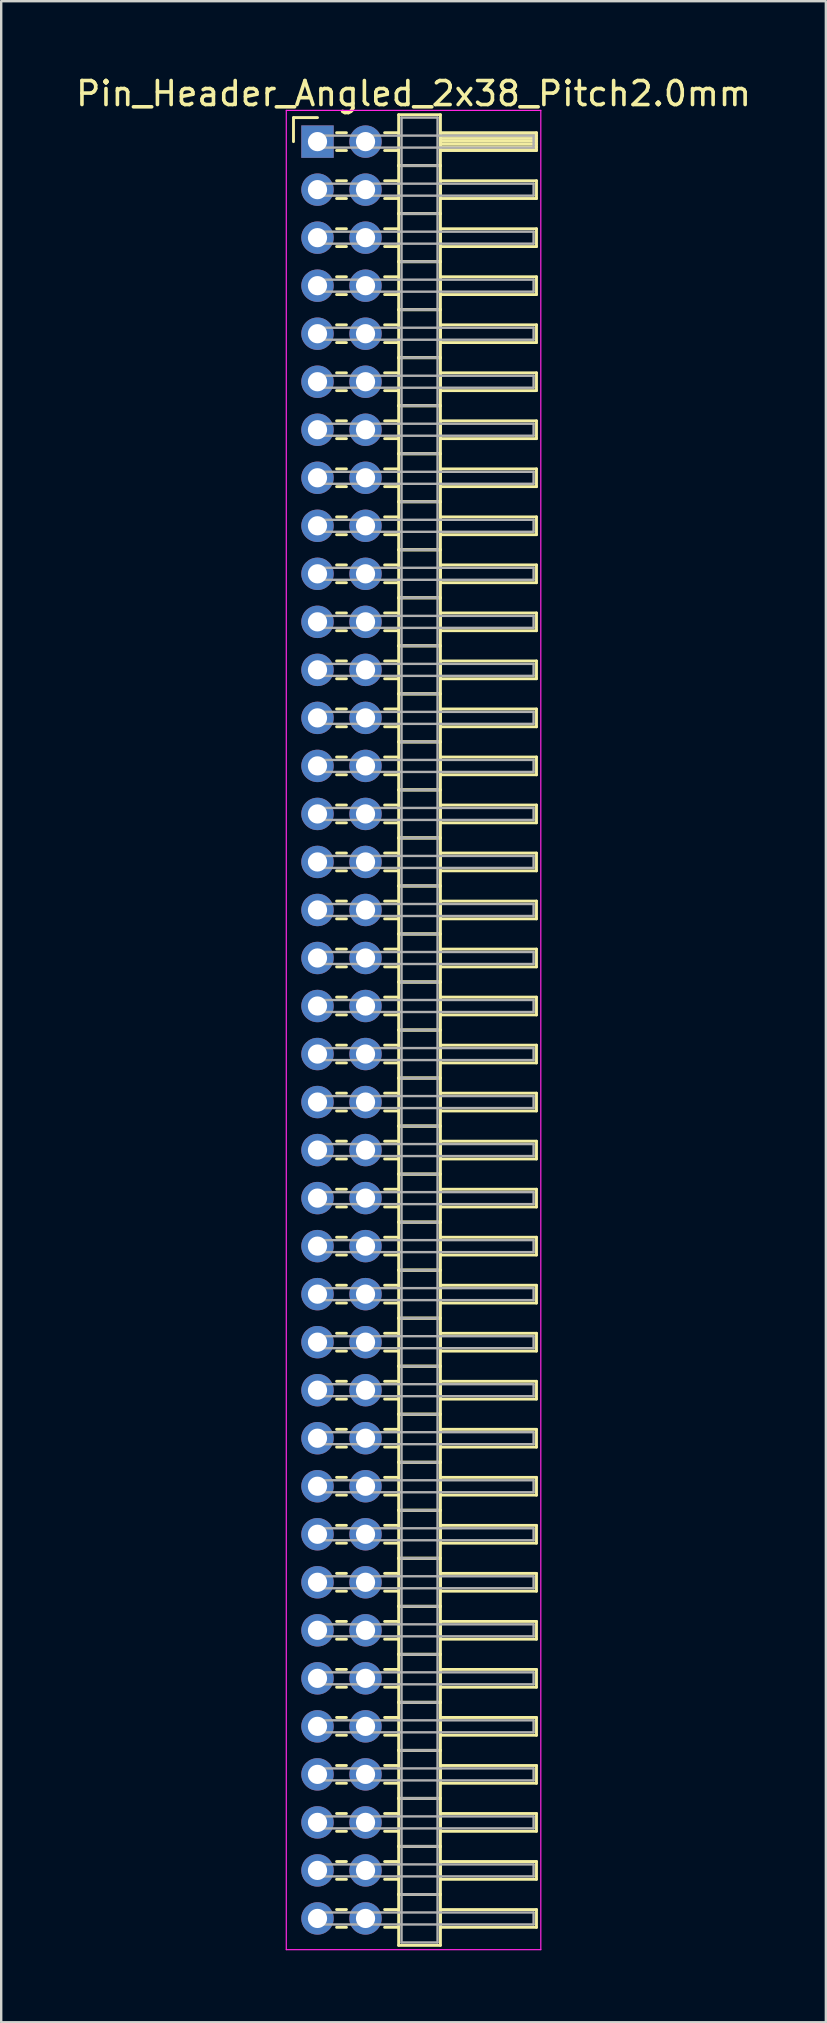
<source format=kicad_pcb>
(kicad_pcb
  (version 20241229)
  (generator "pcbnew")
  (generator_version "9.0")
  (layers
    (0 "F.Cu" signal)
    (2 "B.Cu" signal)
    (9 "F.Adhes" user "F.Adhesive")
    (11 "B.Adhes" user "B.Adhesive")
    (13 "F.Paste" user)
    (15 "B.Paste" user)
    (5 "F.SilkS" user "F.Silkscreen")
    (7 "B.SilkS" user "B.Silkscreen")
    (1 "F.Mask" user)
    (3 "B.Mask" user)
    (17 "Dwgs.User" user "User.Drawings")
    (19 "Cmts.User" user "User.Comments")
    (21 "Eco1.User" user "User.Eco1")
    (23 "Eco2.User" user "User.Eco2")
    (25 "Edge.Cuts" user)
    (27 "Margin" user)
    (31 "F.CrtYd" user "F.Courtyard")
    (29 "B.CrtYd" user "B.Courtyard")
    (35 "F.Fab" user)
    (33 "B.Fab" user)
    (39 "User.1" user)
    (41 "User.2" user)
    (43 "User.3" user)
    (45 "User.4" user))
  (footprint "Pin_Header_Angled_2x38_Pitch2.0mm"
    (layer "F.Cu")
    (at 10.173 2.848)
    (property "Reference" "Pin_Header_Angled_2x38_Pitch2.0mm" (at 4 -2 0) (layer "F.SilkS") (effects (font (size 1 1) (thickness 0.15))))
    (attr through_hole)
    (fp_line (start -1 -1) (end 0 -1) (stroke (width 0.12) (type solid)) (layer "F.SilkS"))
    (fp_line (start -1 0) (end -1 -1) (stroke (width 0.12) (type solid)) (layer "F.SilkS"))
    (fp_line (start 0.795 -0.37) (end 1.205 -0.37) (stroke (width 0.12) (type solid)) (layer "F.SilkS"))
    (fp_line (start 0.795 0.37) (end 1.205 0.37) (stroke (width 0.12) (type solid)) (layer "F.SilkS"))
    (fp_line (start 0.795 1.63) (end 1.205 1.63) (stroke (width 0.12) (type solid)) (layer "F.SilkS"))
    (fp_line (start 0.795 2.37) (end 1.205 2.37) (stroke (width 0.12) (type solid)) (layer "F.SilkS"))
    (fp_line (start 0.795 3.63) (end 1.205 3.63) (stroke (width 0.12) (type solid)) (layer "F.SilkS"))
    (fp_line (start 0.795 4.37) (end 1.205 4.37) (stroke (width 0.12) (type solid)) (layer "F.SilkS"))
    (fp_line (start 0.795 5.63) (end 1.205 5.63) (stroke (width 0.12) (type solid)) (layer "F.SilkS"))
    (fp_line (start 0.795 6.37) (end 1.205 6.37) (stroke (width 0.12) (type solid)) (layer "F.SilkS"))
    (fp_line (start 0.795 7.63) (end 1.205 7.63) (stroke (width 0.12) (type solid)) (layer "F.SilkS"))
    (fp_line (start 0.795 8.37) (end 1.205 8.37) (stroke (width 0.12) (type solid)) (layer "F.SilkS"))
    (fp_line (start 0.795 9.63) (end 1.205 9.63) (stroke (width 0.12) (type solid)) (layer "F.SilkS"))
    (fp_line (start 0.795 10.37) (end 1.205 10.37) (stroke (width 0.12) (type solid)) (layer "F.SilkS"))
    (fp_line (start 0.795 11.63) (end 1.205 11.63) (stroke (width 0.12) (type solid)) (layer "F.SilkS"))
    (fp_line (start 0.795 12.37) (end 1.205 12.37) (stroke (width 0.12) (type solid)) (layer "F.SilkS"))
    (fp_line (start 0.795 13.63) (end 1.205 13.63) (stroke (width 0.12) (type solid)) (layer "F.SilkS"))
    (fp_line (start 0.795 14.37) (end 1.205 14.37) (stroke (width 0.12) (type solid)) (layer "F.SilkS"))
    (fp_line (start 0.795 15.63) (end 1.205 15.63) (stroke (width 0.12) (type solid)) (layer "F.SilkS"))
    (fp_line (start 0.795 16.37) (end 1.205 16.37) (stroke (width 0.12) (type solid)) (layer "F.SilkS"))
    (fp_line (start 0.795 17.63) (end 1.205 17.63) (stroke (width 0.12) (type solid)) (layer "F.SilkS"))
    (fp_line (start 0.795 18.37) (end 1.205 18.37) (stroke (width 0.12) (type solid)) (layer "F.SilkS"))
    (fp_line (start 0.795 19.63) (end 1.205 19.63) (stroke (width 0.12) (type solid)) (layer "F.SilkS"))
    (fp_line (start 0.795 20.37) (end 1.205 20.37) (stroke (width 0.12) (type solid)) (layer "F.SilkS"))
    (fp_line (start 0.795 21.63) (end 1.205 21.63) (stroke (width 0.12) (type solid)) (layer "F.SilkS"))
    (fp_line (start 0.795 22.37) (end 1.205 22.37) (stroke (width 0.12) (type solid)) (layer "F.SilkS"))
    (fp_line (start 0.795 23.63) (end 1.205 23.63) (stroke (width 0.12) (type solid)) (layer "F.SilkS"))
    (fp_line (start 0.795 24.37) (end 1.205 24.37) (stroke (width 0.12) (type solid)) (layer "F.SilkS"))
    (fp_line (start 0.795 25.63) (end 1.205 25.63) (stroke (width 0.12) (type solid)) (layer "F.SilkS"))
    (fp_line (start 0.795 26.37) (end 1.205 26.37) (stroke (width 0.12) (type solid)) (layer "F.SilkS"))
    (fp_line (start 0.795 27.63) (end 1.205 27.63) (stroke (width 0.12) (type solid)) (layer "F.SilkS"))
    (fp_line (start 0.795 28.37) (end 1.205 28.37) (stroke (width 0.12) (type solid)) (layer "F.SilkS"))
    (fp_line (start 0.795 29.63) (end 1.205 29.63) (stroke (width 0.12) (type solid)) (layer "F.SilkS"))
    (fp_line (start 0.795 30.37) (end 1.205 30.37) (stroke (width 0.12) (type solid)) (layer "F.SilkS"))
    (fp_line (start 0.795 31.63) (end 1.205 31.63) (stroke (width 0.12) (type solid)) (layer "F.SilkS"))
    (fp_line (start 0.795 32.37) (end 1.205 32.37) (stroke (width 0.12) (type solid)) (layer "F.SilkS"))
    (fp_line (start 0.795 33.63) (end 1.205 33.63) (stroke (width 0.12) (type solid)) (layer "F.SilkS"))
    (fp_line (start 0.795 34.37) (end 1.205 34.37) (stroke (width 0.12) (type solid)) (layer "F.SilkS"))
    (fp_line (start 0.795 35.63) (end 1.205 35.63) (stroke (width 0.12) (type solid)) (layer "F.SilkS"))
    (fp_line (start 0.795 36.37) (end 1.205 36.37) (stroke (width 0.12) (type solid)) (layer "F.SilkS"))
    (fp_line (start 0.795 37.63) (end 1.205 37.63) (stroke (width 0.12) (type solid)) (layer "F.SilkS"))
    (fp_line (start 0.795 38.37) (end 1.205 38.37) (stroke (width 0.12) (type solid)) (layer "F.SilkS"))
    (fp_line (start 0.795 39.63) (end 1.205 39.63) (stroke (width 0.12) (type solid)) (layer "F.SilkS"))
    (fp_line (start 0.795 40.37) (end 1.205 40.37) (stroke (width 0.12) (type solid)) (layer "F.SilkS"))
    (fp_line (start 0.795 41.63) (end 1.205 41.63) (stroke (width 0.12) (type solid)) (layer "F.SilkS"))
    (fp_line (start 0.795 42.37) (end 1.205 42.37) (stroke (width 0.12) (type solid)) (layer "F.SilkS"))
    (fp_line (start 0.795 43.63) (end 1.205 43.63) (stroke (width 0.12) (type solid)) (layer "F.SilkS"))
    (fp_line (start 0.795 44.37) (end 1.205 44.37) (stroke (width 0.12) (type solid)) (layer "F.SilkS"))
    (fp_line (start 0.795 45.63) (end 1.205 45.63) (stroke (width 0.12) (type solid)) (layer "F.SilkS"))
    (fp_line (start 0.795 46.37) (end 1.205 46.37) (stroke (width 0.12) (type solid)) (layer "F.SilkS"))
    (fp_line (start 0.795 47.63) (end 1.205 47.63) (stroke (width 0.12) (type solid)) (layer "F.SilkS"))
    (fp_line (start 0.795 48.37) (end 1.205 48.37) (stroke (width 0.12) (type solid)) (layer "F.SilkS"))
    (fp_line (start 0.795 49.63) (end 1.205 49.63) (stroke (width 0.12) (type solid)) (layer "F.SilkS"))
    (fp_line (start 0.795 50.37) (end 1.205 50.37) (stroke (width 0.12) (type solid)) (layer "F.SilkS"))
    (fp_line (start 0.795 51.63) (end 1.205 51.63) (stroke (width 0.12) (type solid)) (layer "F.SilkS"))
    (fp_line (start 0.795 52.37) (end 1.205 52.37) (stroke (width 0.12) (type solid)) (layer "F.SilkS"))
    (fp_line (start 0.795 53.63) (end 1.205 53.63) (stroke (width 0.12) (type solid)) (layer "F.SilkS"))
    (fp_line (start 0.795 54.37) (end 1.205 54.37) (stroke (width 0.12) (type solid)) (layer "F.SilkS"))
    (fp_line (start 0.795 55.63) (end 1.205 55.63) (stroke (width 0.12) (type solid)) (layer "F.SilkS"))
    (fp_line (start 0.795 56.37) (end 1.205 56.37) (stroke (width 0.12) (type solid)) (layer "F.SilkS"))
    (fp_line (start 0.795 57.63) (end 1.205 57.63) (stroke (width 0.12) (type solid)) (layer "F.SilkS"))
    (fp_line (start 0.795 58.37) (end 1.205 58.37) (stroke (width 0.12) (type solid)) (layer "F.SilkS"))
    (fp_line (start 0.795 59.63) (end 1.205 59.63) (stroke (width 0.12) (type solid)) (layer "F.SilkS"))
    (fp_line (start 0.795 60.37) (end 1.205 60.37) (stroke (width 0.12) (type solid)) (layer "F.SilkS"))
    (fp_line (start 0.795 61.63) (end 1.205 61.63) (stroke (width 0.12) (type solid)) (layer "F.SilkS"))
    (fp_line (start 0.795 62.37) (end 1.205 62.37) (stroke (width 0.12) (type solid)) (layer "F.SilkS"))
    (fp_line (start 0.795 63.63) (end 1.205 63.63) (stroke (width 0.12) (type solid)) (layer "F.SilkS"))
    (fp_line (start 0.795 64.37) (end 1.205 64.37) (stroke (width 0.12) (type solid)) (layer "F.SilkS"))
    (fp_line (start 0.795 65.63) (end 1.205 65.63) (stroke (width 0.12) (type solid)) (layer "F.SilkS"))
    (fp_line (start 0.795 66.37) (end 1.205 66.37) (stroke (width 0.12) (type solid)) (layer "F.SilkS"))
    (fp_line (start 0.795 67.63) (end 1.205 67.63) (stroke (width 0.12) (type solid)) (layer "F.SilkS"))
    (fp_line (start 0.795 68.37) (end 1.205 68.37) (stroke (width 0.12) (type solid)) (layer "F.SilkS"))
    (fp_line (start 0.795 69.63) (end 1.205 69.63) (stroke (width 0.12) (type solid)) (layer "F.SilkS"))
    (fp_line (start 0.795 70.37) (end 1.205 70.37) (stroke (width 0.12) (type solid)) (layer "F.SilkS"))
    (fp_line (start 0.795 71.63) (end 1.205 71.63) (stroke (width 0.12) (type solid)) (layer "F.SilkS"))
    (fp_line (start 0.795 72.37) (end 1.205 72.37) (stroke (width 0.12) (type solid)) (layer "F.SilkS"))
    (fp_line (start 0.795 73.63) (end 1.205 73.63) (stroke (width 0.12) (type solid)) (layer "F.SilkS"))
    (fp_line (start 0.795 74.37) (end 1.205 74.37) (stroke (width 0.12) (type solid)) (layer "F.SilkS"))
    (fp_line (start 2.795 -0.37) (end 3.38 -0.37) (stroke (width 0.12) (type solid)) (layer "F.SilkS"))
    (fp_line (start 2.795 0.37) (end 3.38 0.37) (stroke (width 0.12) (type solid)) (layer "F.SilkS"))
    (fp_line (start 2.795 1.63) (end 3.38 1.63) (stroke (width 0.12) (type solid)) (layer "F.SilkS"))
    (fp_line (start 2.795 2.37) (end 3.38 2.37) (stroke (width 0.12) (type solid)) (layer "F.SilkS"))
    (fp_line (start 2.795 3.63) (end 3.38 3.63) (stroke (width 0.12) (type solid)) (layer "F.SilkS"))
    (fp_line (start 2.795 4.37) (end 3.38 4.37) (stroke (width 0.12) (type solid)) (layer "F.SilkS"))
    (fp_line (start 2.795 5.63) (end 3.38 5.63) (stroke (width 0.12) (type solid)) (layer "F.SilkS"))
    (fp_line (start 2.795 6.37) (end 3.38 6.37) (stroke (width 0.12) (type solid)) (layer "F.SilkS"))
    (fp_line (start 2.795 7.63) (end 3.38 7.63) (stroke (width 0.12) (type solid)) (layer "F.SilkS"))
    (fp_line (start 2.795 8.37) (end 3.38 8.37) (stroke (width 0.12) (type solid)) (layer "F.SilkS"))
    (fp_line (start 2.795 9.63) (end 3.38 9.63) (stroke (width 0.12) (type solid)) (layer "F.SilkS"))
    (fp_line (start 2.795 10.37) (end 3.38 10.37) (stroke (width 0.12) (type solid)) (layer "F.SilkS"))
    (fp_line (start 2.795 11.63) (end 3.38 11.63) (stroke (width 0.12) (type solid)) (layer "F.SilkS"))
    (fp_line (start 2.795 12.37) (end 3.38 12.37) (stroke (width 0.12) (type solid)) (layer "F.SilkS"))
    (fp_line (start 2.795 13.63) (end 3.38 13.63) (stroke (width 0.12) (type solid)) (layer "F.SilkS"))
    (fp_line (start 2.795 14.37) (end 3.38 14.37) (stroke (width 0.12) (type solid)) (layer "F.SilkS"))
    (fp_line (start 2.795 15.63) (end 3.38 15.63) (stroke (width 0.12) (type solid)) (layer "F.SilkS"))
    (fp_line (start 2.795 16.37) (end 3.38 16.37) (stroke (width 0.12) (type solid)) (layer "F.SilkS"))
    (fp_line (start 2.795 17.63) (end 3.38 17.63) (stroke (width 0.12) (type solid)) (layer "F.SilkS"))
    (fp_line (start 2.795 18.37) (end 3.38 18.37) (stroke (width 0.12) (type solid)) (layer "F.SilkS"))
    (fp_line (start 2.795 19.63) (end 3.38 19.63) (stroke (width 0.12) (type solid)) (layer "F.SilkS"))
    (fp_line (start 2.795 20.37) (end 3.38 20.37) (stroke (width 0.12) (type solid)) (layer "F.SilkS"))
    (fp_line (start 2.795 21.63) (end 3.38 21.63) (stroke (width 0.12) (type solid)) (layer "F.SilkS"))
    (fp_line (start 2.795 22.37) (end 3.38 22.37) (stroke (width 0.12) (type solid)) (layer "F.SilkS"))
    (fp_line (start 2.795 23.63) (end 3.38 23.63) (stroke (width 0.12) (type solid)) (layer "F.SilkS"))
    (fp_line (start 2.795 24.37) (end 3.38 24.37) (stroke (width 0.12) (type solid)) (layer "F.SilkS"))
    (fp_line (start 2.795 25.63) (end 3.38 25.63) (stroke (width 0.12) (type solid)) (layer "F.SilkS"))
    (fp_line (start 2.795 26.37) (end 3.38 26.37) (stroke (width 0.12) (type solid)) (layer "F.SilkS"))
    (fp_line (start 2.795 27.63) (end 3.38 27.63) (stroke (width 0.12) (type solid)) (layer "F.SilkS"))
    (fp_line (start 2.795 28.37) (end 3.38 28.37) (stroke (width 0.12) (type solid)) (layer "F.SilkS"))
    (fp_line (start 2.795 29.63) (end 3.38 29.63) (stroke (width 0.12) (type solid)) (layer "F.SilkS"))
    (fp_line (start 2.795 30.37) (end 3.38 30.37) (stroke (width 0.12) (type solid)) (layer "F.SilkS"))
    (fp_line (start 2.795 31.63) (end 3.38 31.63) (stroke (width 0.12) (type solid)) (layer "F.SilkS"))
    (fp_line (start 2.795 32.37) (end 3.38 32.37) (stroke (width 0.12) (type solid)) (layer "F.SilkS"))
    (fp_line (start 2.795 33.63) (end 3.38 33.63) (stroke (width 0.12) (type solid)) (layer "F.SilkS"))
    (fp_line (start 2.795 34.37) (end 3.38 34.37) (stroke (width 0.12) (type solid)) (layer "F.SilkS"))
    (fp_line (start 2.795 35.63) (end 3.38 35.63) (stroke (width 0.12) (type solid)) (layer "F.SilkS"))
    (fp_line (start 2.795 36.37) (end 3.38 36.37) (stroke (width 0.12) (type solid)) (layer "F.SilkS"))
    (fp_line (start 2.795 37.63) (end 3.38 37.63) (stroke (width 0.12) (type solid)) (layer "F.SilkS"))
    (fp_line (start 2.795 38.37) (end 3.38 38.37) (stroke (width 0.12) (type solid)) (layer "F.SilkS"))
    (fp_line (start 2.795 39.63) (end 3.38 39.63) (stroke (width 0.12) (type solid)) (layer "F.SilkS"))
    (fp_line (start 2.795 40.37) (end 3.38 40.37) (stroke (width 0.12) (type solid)) (layer "F.SilkS"))
    (fp_line (start 2.795 41.63) (end 3.38 41.63) (stroke (width 0.12) (type solid)) (layer "F.SilkS"))
    (fp_line (start 2.795 42.37) (end 3.38 42.37) (stroke (width 0.12) (type solid)) (layer "F.SilkS"))
    (fp_line (start 2.795 43.63) (end 3.38 43.63) (stroke (width 0.12) (type solid)) (layer "F.SilkS"))
    (fp_line (start 2.795 44.37) (end 3.38 44.37) (stroke (width 0.12) (type solid)) (layer "F.SilkS"))
    (fp_line (start 2.795 45.63) (end 3.38 45.63) (stroke (width 0.12) (type solid)) (layer "F.SilkS"))
    (fp_line (start 2.795 46.37) (end 3.38 46.37) (stroke (width 0.12) (type solid)) (layer "F.SilkS"))
    (fp_line (start 2.795 47.63) (end 3.38 47.63) (stroke (width 0.12) (type solid)) (layer "F.SilkS"))
    (fp_line (start 2.795 48.37) (end 3.38 48.37) (stroke (width 0.12) (type solid)) (layer "F.SilkS"))
    (fp_line (start 2.795 49.63) (end 3.38 49.63) (stroke (width 0.12) (type solid)) (layer "F.SilkS"))
    (fp_line (start 2.795 50.37) (end 3.38 50.37) (stroke (width 0.12) (type solid)) (layer "F.SilkS"))
    (fp_line (start 2.795 51.63) (end 3.38 51.63) (stroke (width 0.12) (type solid)) (layer "F.SilkS"))
    (fp_line (start 2.795 52.37) (end 3.38 52.37) (stroke (width 0.12) (type solid)) (layer "F.SilkS"))
    (fp_line (start 2.795 53.63) (end 3.38 53.63) (stroke (width 0.12) (type solid)) (layer "F.SilkS"))
    (fp_line (start 2.795 54.37) (end 3.38 54.37) (stroke (width 0.12) (type solid)) (layer "F.SilkS"))
    (fp_line (start 2.795 55.63) (end 3.38 55.63) (stroke (width 0.12) (type solid)) (layer "F.SilkS"))
    (fp_line (start 2.795 56.37) (end 3.38 56.37) (stroke (width 0.12) (type solid)) (layer "F.SilkS"))
    (fp_line (start 2.795 57.63) (end 3.38 57.63) (stroke (width 0.12) (type solid)) (layer "F.SilkS"))
    (fp_line (start 2.795 58.37) (end 3.38 58.37) (stroke (width 0.12) (type solid)) (layer "F.SilkS"))
    (fp_line (start 2.795 59.63) (end 3.38 59.63) (stroke (width 0.12) (type solid)) (layer "F.SilkS"))
    (fp_line (start 2.795 60.37) (end 3.38 60.37) (stroke (width 0.12) (type solid)) (layer "F.SilkS"))
    (fp_line (start 2.795 61.63) (end 3.38 61.63) (stroke (width 0.12) (type solid)) (layer "F.SilkS"))
    (fp_line (start 2.795 62.37) (end 3.38 62.37) (stroke (width 0.12) (type solid)) (layer "F.SilkS"))
    (fp_line (start 2.795 63.63) (end 3.38 63.63) (stroke (width 0.12) (type solid)) (layer "F.SilkS"))
    (fp_line (start 2.795 64.37) (end 3.38 64.37) (stroke (width 0.12) (type solid)) (layer "F.SilkS"))
    (fp_line (start 2.795 65.63) (end 3.38 65.63) (stroke (width 0.12) (type solid)) (layer "F.SilkS"))
    (fp_line (start 2.795 66.37) (end 3.38 66.37) (stroke (width 0.12) (type solid)) (layer "F.SilkS"))
    (fp_line (start 2.795 67.63) (end 3.38 67.63) (stroke (width 0.12) (type solid)) (layer "F.SilkS"))
    (fp_line (start 2.795 68.37) (end 3.38 68.37) (stroke (width 0.12) (type solid)) (layer "F.SilkS"))
    (fp_line (start 2.795 69.63) (end 3.38 69.63) (stroke (width 0.12) (type solid)) (layer "F.SilkS"))
    (fp_line (start 2.795 70.37) (end 3.38 70.37) (stroke (width 0.12) (type solid)) (layer "F.SilkS"))
    (fp_line (start 2.795 71.63) (end 3.38 71.63) (stroke (width 0.12) (type solid)) (layer "F.SilkS"))
    (fp_line (start 2.795 72.37) (end 3.38 72.37) (stroke (width 0.12) (type solid)) (layer "F.SilkS"))
    (fp_line (start 2.795 73.63) (end 3.38 73.63) (stroke (width 0.12) (type solid)) (layer "F.SilkS"))
    (fp_line (start 2.795 74.37) (end 3.38 74.37) (stroke (width 0.12) (type solid)) (layer "F.SilkS"))
    (fp_line (start 3.38 -1.12) (end 3.38 1) (stroke (width 0.12) (type solid)) (layer "F.SilkS"))
    (fp_line (start 3.38 1) (end 3.38 3) (stroke (width 0.12) (type solid)) (layer "F.SilkS"))
    (fp_line (start 3.38 1) (end 5.12 1) (stroke (width 0.12) (type solid)) (layer "F.SilkS"))
    (fp_line (start 3.38 3) (end 3.38 5) (stroke (width 0.12) (type solid)) (layer "F.SilkS"))
    (fp_line (start 3.38 3) (end 5.12 3) (stroke (width 0.12) (type solid)) (layer "F.SilkS"))
    (fp_line (start 3.38 5) (end 3.38 7) (stroke (width 0.12) (type solid)) (layer "F.SilkS"))
    (fp_line (start 3.38 5) (end 5.12 5) (stroke (width 0.12) (type solid)) (layer "F.SilkS"))
    (fp_line (start 3.38 7) (end 3.38 9) (stroke (width 0.12) (type solid)) (layer "F.SilkS"))
    (fp_line (start 3.38 7) (end 5.12 7) (stroke (width 0.12) (type solid)) (layer "F.SilkS"))
    (fp_line (start 3.38 9) (end 3.38 11) (stroke (width 0.12) (type solid)) (layer "F.SilkS"))
    (fp_line (start 3.38 9) (end 5.12 9) (stroke (width 0.12) (type solid)) (layer "F.SilkS"))
    (fp_line (start 3.38 11) (end 3.38 13) (stroke (width 0.12) (type solid)) (layer "F.SilkS"))
    (fp_line (start 3.38 11) (end 5.12 11) (stroke (width 0.12) (type solid)) (layer "F.SilkS"))
    (fp_line (start 3.38 13) (end 3.38 15) (stroke (width 0.12) (type solid)) (layer "F.SilkS"))
    (fp_line (start 3.38 13) (end 5.12 13) (stroke (width 0.12) (type solid)) (layer "F.SilkS"))
    (fp_line (start 3.38 15) (end 3.38 17) (stroke (width 0.12) (type solid)) (layer "F.SilkS"))
    (fp_line (start 3.38 15) (end 5.12 15) (stroke (width 0.12) (type solid)) (layer "F.SilkS"))
    (fp_line (start 3.38 17) (end 3.38 19) (stroke (width 0.12) (type solid)) (layer "F.SilkS"))
    (fp_line (start 3.38 17) (end 5.12 17) (stroke (width 0.12) (type solid)) (layer "F.SilkS"))
    (fp_line (start 3.38 19) (end 3.38 21) (stroke (width 0.12) (type solid)) (layer "F.SilkS"))
    (fp_line (start 3.38 19) (end 5.12 19) (stroke (width 0.12) (type solid)) (layer "F.SilkS"))
    (fp_line (start 3.38 21) (end 3.38 23) (stroke (width 0.12) (type solid)) (layer "F.SilkS"))
    (fp_line (start 3.38 21) (end 5.12 21) (stroke (width 0.12) (type solid)) (layer "F.SilkS"))
    (fp_line (start 3.38 23) (end 3.38 25) (stroke (width 0.12) (type solid)) (layer "F.SilkS"))
    (fp_line (start 3.38 23) (end 5.12 23) (stroke (width 0.12) (type solid)) (layer "F.SilkS"))
    (fp_line (start 3.38 25) (end 3.38 27) (stroke (width 0.12) (type solid)) (layer "F.SilkS"))
    (fp_line (start 3.38 25) (end 5.12 25) (stroke (width 0.12) (type solid)) (layer "F.SilkS"))
    (fp_line (start 3.38 27) (end 3.38 29) (stroke (width 0.12) (type solid)) (layer "F.SilkS"))
    (fp_line (start 3.38 27) (end 5.12 27) (stroke (width 0.12) (type solid)) (layer "F.SilkS"))
    (fp_line (start 3.38 29) (end 3.38 31) (stroke (width 0.12) (type solid)) (layer "F.SilkS"))
    (fp_line (start 3.38 29) (end 5.12 29) (stroke (width 0.12) (type solid)) (layer "F.SilkS"))
    (fp_line (start 3.38 31) (end 3.38 33) (stroke (width 0.12) (type solid)) (layer "F.SilkS"))
    (fp_line (start 3.38 31) (end 5.12 31) (stroke (width 0.12) (type solid)) (layer "F.SilkS"))
    (fp_line (start 3.38 33) (end 3.38 35) (stroke (width 0.12) (type solid)) (layer "F.SilkS"))
    (fp_line (start 3.38 33) (end 5.12 33) (stroke (width 0.12) (type solid)) (layer "F.SilkS"))
    (fp_line (start 3.38 35) (end 3.38 37) (stroke (width 0.12) (type solid)) (layer "F.SilkS"))
    (fp_line (start 3.38 35) (end 5.12 35) (stroke (width 0.12) (type solid)) (layer "F.SilkS"))
    (fp_line (start 3.38 37) (end 3.38 39) (stroke (width 0.12) (type solid)) (layer "F.SilkS"))
    (fp_line (start 3.38 37) (end 5.12 37) (stroke (width 0.12) (type solid)) (layer "F.SilkS"))
    (fp_line (start 3.38 39) (end 3.38 41) (stroke (width 0.12) (type solid)) (layer "F.SilkS"))
    (fp_line (start 3.38 39) (end 5.12 39) (stroke (width 0.12) (type solid)) (layer "F.SilkS"))
    (fp_line (start 3.38 41) (end 3.38 43) (stroke (width 0.12) (type solid)) (layer "F.SilkS"))
    (fp_line (start 3.38 41) (end 5.12 41) (stroke (width 0.12) (type solid)) (layer "F.SilkS"))
    (fp_line (start 3.38 43) (end 3.38 45) (stroke (width 0.12) (type solid)) (layer "F.SilkS"))
    (fp_line (start 3.38 43) (end 5.12 43) (stroke (width 0.12) (type solid)) (layer "F.SilkS"))
    (fp_line (start 3.38 45) (end 3.38 47) (stroke (width 0.12) (type solid)) (layer "F.SilkS"))
    (fp_line (start 3.38 45) (end 5.12 45) (stroke (width 0.12) (type solid)) (layer "F.SilkS"))
    (fp_line (start 3.38 47) (end 3.38 49) (stroke (width 0.12) (type solid)) (layer "F.SilkS"))
    (fp_line (start 3.38 47) (end 5.12 47) (stroke (width 0.12) (type solid)) (layer "F.SilkS"))
    (fp_line (start 3.38 49) (end 3.38 51) (stroke (width 0.12) (type solid)) (layer "F.SilkS"))
    (fp_line (start 3.38 49) (end 5.12 49) (stroke (width 0.12) (type solid)) (layer "F.SilkS"))
    (fp_line (start 3.38 51) (end 3.38 53) (stroke (width 0.12) (type solid)) (layer "F.SilkS"))
    (fp_line (start 3.38 51) (end 5.12 51) (stroke (width 0.12) (type solid)) (layer "F.SilkS"))
    (fp_line (start 3.38 53) (end 3.38 55) (stroke (width 0.12) (type solid)) (layer "F.SilkS"))
    (fp_line (start 3.38 53) (end 5.12 53) (stroke (width 0.12) (type solid)) (layer "F.SilkS"))
    (fp_line (start 3.38 55) (end 3.38 57) (stroke (width 0.12) (type solid)) (layer "F.SilkS"))
    (fp_line (start 3.38 55) (end 5.12 55) (stroke (width 0.12) (type solid)) (layer "F.SilkS"))
    (fp_line (start 3.38 57) (end 3.38 59) (stroke (width 0.12) (type solid)) (layer "F.SilkS"))
    (fp_line (start 3.38 57) (end 5.12 57) (stroke (width 0.12) (type solid)) (layer "F.SilkS"))
    (fp_line (start 3.38 59) (end 3.38 61) (stroke (width 0.12) (type solid)) (layer "F.SilkS"))
    (fp_line (start 3.38 59) (end 5.12 59) (stroke (width 0.12) (type solid)) (layer "F.SilkS"))
    (fp_line (start 3.38 61) (end 3.38 63) (stroke (width 0.12) (type solid)) (layer "F.SilkS"))
    (fp_line (start 3.38 61) (end 5.12 61) (stroke (width 0.12) (type solid)) (layer "F.SilkS"))
    (fp_line (start 3.38 63) (end 3.38 65) (stroke (width 0.12) (type solid)) (layer "F.SilkS"))
    (fp_line (start 3.38 63) (end 5.12 63) (stroke (width 0.12) (type solid)) (layer "F.SilkS"))
    (fp_line (start 3.38 65) (end 3.38 67) (stroke (width 0.12) (type solid)) (layer "F.SilkS"))
    (fp_line (start 3.38 65) (end 5.12 65) (stroke (width 0.12) (type solid)) (layer "F.SilkS"))
    (fp_line (start 3.38 67) (end 3.38 69) (stroke (width 0.12) (type solid)) (layer "F.SilkS"))
    (fp_line (start 3.38 67) (end 5.12 67) (stroke (width 0.12) (type solid)) (layer "F.SilkS"))
    (fp_line (start 3.38 69) (end 3.38 71) (stroke (width 0.12) (type solid)) (layer "F.SilkS"))
    (fp_line (start 3.38 69) (end 5.12 69) (stroke (width 0.12) (type solid)) (layer "F.SilkS"))
    (fp_line (start 3.38 71) (end 3.38 73) (stroke (width 0.12) (type solid)) (layer "F.SilkS"))
    (fp_line (start 3.38 71) (end 5.12 71) (stroke (width 0.12) (type solid)) (layer "F.SilkS"))
    (fp_line (start 3.38 73) (end 3.38 75.12) (stroke (width 0.12) (type solid)) (layer "F.SilkS"))
    (fp_line (start 3.38 73) (end 5.12 73) (stroke (width 0.12) (type solid)) (layer "F.SilkS"))
    (fp_line (start 3.38 75.12) (end 5.12 75.12) (stroke (width 0.12) (type solid)) (layer "F.SilkS"))
    (fp_line (start 5.12 -1.12) (end 3.38 -1.12) (stroke (width 0.12) (type solid)) (layer "F.SilkS"))
    (fp_line (start 5.12 -0.37) (end 5.12 0.37) (stroke (width 0.12) (type solid)) (layer "F.SilkS"))
    (fp_line (start 5.12 -0.25) (end 9.12 -0.25) (stroke (width 0.12) (type solid)) (layer "F.SilkS"))
    (fp_line (start 5.12 -0.13) (end 9.12 -0.13) (stroke (width 0.12) (type solid)) (layer "F.SilkS"))
    (fp_line (start 5.12 -0.01) (end 9.12 -0.01) (stroke (width 0.12) (type solid)) (layer "F.SilkS"))
    (fp_line (start 5.12 0.11) (end 9.12 0.11) (stroke (width 0.12) (type solid)) (layer "F.SilkS"))
    (fp_line (start 5.12 0.23) (end 9.12 0.23) (stroke (width 0.12) (type solid)) (layer "F.SilkS"))
    (fp_line (start 5.12 0.35) (end 9.12 0.35) (stroke (width 0.12) (type solid)) (layer "F.SilkS"))
    (fp_line (start 5.12 0.37) (end 9.12 0.37) (stroke (width 0.12) (type solid)) (layer "F.SilkS"))
    (fp_line (start 5.12 1) (end 3.38 1) (stroke (width 0.12) (type solid)) (layer "F.SilkS"))
    (fp_line (start 5.12 1) (end 5.12 -1.12) (stroke (width 0.12) (type solid)) (layer "F.SilkS"))
    (fp_line (start 5.12 1.63) (end 5.12 2.37) (stroke (width 0.12) (type solid)) (layer "F.SilkS"))
    (fp_line (start 5.12 2.37) (end 9.12 2.37) (stroke (width 0.12) (type solid)) (layer "F.SilkS"))
    (fp_line (start 5.12 3) (end 3.38 3) (stroke (width 0.12) (type solid)) (layer "F.SilkS"))
    (fp_line (start 5.12 3) (end 5.12 1) (stroke (width 0.12) (type solid)) (layer "F.SilkS"))
    (fp_line (start 5.12 3.63) (end 5.12 4.37) (stroke (width 0.12) (type solid)) (layer "F.SilkS"))
    (fp_line (start 5.12 4.37) (end 9.12 4.37) (stroke (width 0.12) (type solid)) (layer "F.SilkS"))
    (fp_line (start 5.12 5) (end 3.38 5) (stroke (width 0.12) (type solid)) (layer "F.SilkS"))
    (fp_line (start 5.12 5) (end 5.12 3) (stroke (width 0.12) (type solid)) (layer "F.SilkS"))
    (fp_line (start 5.12 5.63) (end 5.12 6.37) (stroke (width 0.12) (type solid)) (layer "F.SilkS"))
    (fp_line (start 5.12 6.37) (end 9.12 6.37) (stroke (width 0.12) (type solid)) (layer "F.SilkS"))
    (fp_line (start 5.12 7) (end 3.38 7) (stroke (width 0.12) (type solid)) (layer "F.SilkS"))
    (fp_line (start 5.12 7) (end 5.12 5) (stroke (width 0.12) (type solid)) (layer "F.SilkS"))
    (fp_line (start 5.12 7.63) (end 5.12 8.37) (stroke (width 0.12) (type solid)) (layer "F.SilkS"))
    (fp_line (start 5.12 8.37) (end 9.12 8.37) (stroke (width 0.12) (type solid)) (layer "F.SilkS"))
    (fp_line (start 5.12 9) (end 3.38 9) (stroke (width 0.12) (type solid)) (layer "F.SilkS"))
    (fp_line (start 5.12 9) (end 5.12 7) (stroke (width 0.12) (type solid)) (layer "F.SilkS"))
    (fp_line (start 5.12 9.63) (end 5.12 10.37) (stroke (width 0.12) (type solid)) (layer "F.SilkS"))
    (fp_line (start 5.12 10.37) (end 9.12 10.37) (stroke (width 0.12) (type solid)) (layer "F.SilkS"))
    (fp_line (start 5.12 11) (end 3.38 11) (stroke (width 0.12) (type solid)) (layer "F.SilkS"))
    (fp_line (start 5.12 11) (end 5.12 9) (stroke (width 0.12) (type solid)) (layer "F.SilkS"))
    (fp_line (start 5.12 11.63) (end 5.12 12.37) (stroke (width 0.12) (type solid)) (layer "F.SilkS"))
    (fp_line (start 5.12 12.37) (end 9.12 12.37) (stroke (width 0.12) (type solid)) (layer "F.SilkS"))
    (fp_line (start 5.12 13) (end 3.38 13) (stroke (width 0.12) (type solid)) (layer "F.SilkS"))
    (fp_line (start 5.12 13) (end 5.12 11) (stroke (width 0.12) (type solid)) (layer "F.SilkS"))
    (fp_line (start 5.12 13.63) (end 5.12 14.37) (stroke (width 0.12) (type solid)) (layer "F.SilkS"))
    (fp_line (start 5.12 14.37) (end 9.12 14.37) (stroke (width 0.12) (type solid)) (layer "F.SilkS"))
    (fp_line (start 5.12 15) (end 3.38 15) (stroke (width 0.12) (type solid)) (layer "F.SilkS"))
    (fp_line (start 5.12 15) (end 5.12 13) (stroke (width 0.12) (type solid)) (layer "F.SilkS"))
    (fp_line (start 5.12 15.63) (end 5.12 16.37) (stroke (width 0.12) (type solid)) (layer "F.SilkS"))
    (fp_line (start 5.12 16.37) (end 9.12 16.37) (stroke (width 0.12) (type solid)) (layer "F.SilkS"))
    (fp_line (start 5.12 17) (end 3.38 17) (stroke (width 0.12) (type solid)) (layer "F.SilkS"))
    (fp_line (start 5.12 17) (end 5.12 15) (stroke (width 0.12) (type solid)) (layer "F.SilkS"))
    (fp_line (start 5.12 17.63) (end 5.12 18.37) (stroke (width 0.12) (type solid)) (layer "F.SilkS"))
    (fp_line (start 5.12 18.37) (end 9.12 18.37) (stroke (width 0.12) (type solid)) (layer "F.SilkS"))
    (fp_line (start 5.12 19) (end 3.38 19) (stroke (width 0.12) (type solid)) (layer "F.SilkS"))
    (fp_line (start 5.12 19) (end 5.12 17) (stroke (width 0.12) (type solid)) (layer "F.SilkS"))
    (fp_line (start 5.12 19.63) (end 5.12 20.37) (stroke (width 0.12) (type solid)) (layer "F.SilkS"))
    (fp_line (start 5.12 20.37) (end 9.12 20.37) (stroke (width 0.12) (type solid)) (layer "F.SilkS"))
    (fp_line (start 5.12 21) (end 3.38 21) (stroke (width 0.12) (type solid)) (layer "F.SilkS"))
    (fp_line (start 5.12 21) (end 5.12 19) (stroke (width 0.12) (type solid)) (layer "F.SilkS"))
    (fp_line (start 5.12 21.63) (end 5.12 22.37) (stroke (width 0.12) (type solid)) (layer "F.SilkS"))
    (fp_line (start 5.12 22.37) (end 9.12 22.37) (stroke (width 0.12) (type solid)) (layer "F.SilkS"))
    (fp_line (start 5.12 23) (end 3.38 23) (stroke (width 0.12) (type solid)) (layer "F.SilkS"))
    (fp_line (start 5.12 23) (end 5.12 21) (stroke (width 0.12) (type solid)) (layer "F.SilkS"))
    (fp_line (start 5.12 23.63) (end 5.12 24.37) (stroke (width 0.12) (type solid)) (layer "F.SilkS"))
    (fp_line (start 5.12 24.37) (end 9.12 24.37) (stroke (width 0.12) (type solid)) (layer "F.SilkS"))
    (fp_line (start 5.12 25) (end 3.38 25) (stroke (width 0.12) (type solid)) (layer "F.SilkS"))
    (fp_line (start 5.12 25) (end 5.12 23) (stroke (width 0.12) (type solid)) (layer "F.SilkS"))
    (fp_line (start 5.12 25.63) (end 5.12 26.37) (stroke (width 0.12) (type solid)) (layer "F.SilkS"))
    (fp_line (start 5.12 26.37) (end 9.12 26.37) (stroke (width 0.12) (type solid)) (layer "F.SilkS"))
    (fp_line (start 5.12 27) (end 3.38 27) (stroke (width 0.12) (type solid)) (layer "F.SilkS"))
    (fp_line (start 5.12 27) (end 5.12 25) (stroke (width 0.12) (type solid)) (layer "F.SilkS"))
    (fp_line (start 5.12 27.63) (end 5.12 28.37) (stroke (width 0.12) (type solid)) (layer "F.SilkS"))
    (fp_line (start 5.12 28.37) (end 9.12 28.37) (stroke (width 0.12) (type solid)) (layer "F.SilkS"))
    (fp_line (start 5.12 29) (end 3.38 29) (stroke (width 0.12) (type solid)) (layer "F.SilkS"))
    (fp_line (start 5.12 29) (end 5.12 27) (stroke (width 0.12) (type solid)) (layer "F.SilkS"))
    (fp_line (start 5.12 29.63) (end 5.12 30.37) (stroke (width 0.12) (type solid)) (layer "F.SilkS"))
    (fp_line (start 5.12 30.37) (end 9.12 30.37) (stroke (width 0.12) (type solid)) (layer "F.SilkS"))
    (fp_line (start 5.12 31) (end 3.38 31) (stroke (width 0.12) (type solid)) (layer "F.SilkS"))
    (fp_line (start 5.12 31) (end 5.12 29) (stroke (width 0.12) (type solid)) (layer "F.SilkS"))
    (fp_line (start 5.12 31.63) (end 5.12 32.37) (stroke (width 0.12) (type solid)) (layer "F.SilkS"))
    (fp_line (start 5.12 32.37) (end 9.12 32.37) (stroke (width 0.12) (type solid)) (layer "F.SilkS"))
    (fp_line (start 5.12 33) (end 3.38 33) (stroke (width 0.12) (type solid)) (layer "F.SilkS"))
    (fp_line (start 5.12 33) (end 5.12 31) (stroke (width 0.12) (type solid)) (layer "F.SilkS"))
    (fp_line (start 5.12 33.63) (end 5.12 34.37) (stroke (width 0.12) (type solid)) (layer "F.SilkS"))
    (fp_line (start 5.12 34.37) (end 9.12 34.37) (stroke (width 0.12) (type solid)) (layer "F.SilkS"))
    (fp_line (start 5.12 35) (end 3.38 35) (stroke (width 0.12) (type solid)) (layer "F.SilkS"))
    (fp_line (start 5.12 35) (end 5.12 33) (stroke (width 0.12) (type solid)) (layer "F.SilkS"))
    (fp_line (start 5.12 35.63) (end 5.12 36.37) (stroke (width 0.12) (type solid)) (layer "F.SilkS"))
    (fp_line (start 5.12 36.37) (end 9.12 36.37) (stroke (width 0.12) (type solid)) (layer "F.SilkS"))
    (fp_line (start 5.12 37) (end 3.38 37) (stroke (width 0.12) (type solid)) (layer "F.SilkS"))
    (fp_line (start 5.12 37) (end 5.12 35) (stroke (width 0.12) (type solid)) (layer "F.SilkS"))
    (fp_line (start 5.12 37.63) (end 5.12 38.37) (stroke (width 0.12) (type solid)) (layer "F.SilkS"))
    (fp_line (start 5.12 38.37) (end 9.12 38.37) (stroke (width 0.12) (type solid)) (layer "F.SilkS"))
    (fp_line (start 5.12 39) (end 3.38 39) (stroke (width 0.12) (type solid)) (layer "F.SilkS"))
    (fp_line (start 5.12 39) (end 5.12 37) (stroke (width 0.12) (type solid)) (layer "F.SilkS"))
    (fp_line (start 5.12 39.63) (end 5.12 40.37) (stroke (width 0.12) (type solid)) (layer "F.SilkS"))
    (fp_line (start 5.12 40.37) (end 9.12 40.37) (stroke (width 0.12) (type solid)) (layer "F.SilkS"))
    (fp_line (start 5.12 41) (end 3.38 41) (stroke (width 0.12) (type solid)) (layer "F.SilkS"))
    (fp_line (start 5.12 41) (end 5.12 39) (stroke (width 0.12) (type solid)) (layer "F.SilkS"))
    (fp_line (start 5.12 41.63) (end 5.12 42.37) (stroke (width 0.12) (type solid)) (layer "F.SilkS"))
    (fp_line (start 5.12 42.37) (end 9.12 42.37) (stroke (width 0.12) (type solid)) (layer "F.SilkS"))
    (fp_line (start 5.12 43) (end 3.38 43) (stroke (width 0.12) (type solid)) (layer "F.SilkS"))
    (fp_line (start 5.12 43) (end 5.12 41) (stroke (width 0.12) (type solid)) (layer "F.SilkS"))
    (fp_line (start 5.12 43.63) (end 5.12 44.37) (stroke (width 0.12) (type solid)) (layer "F.SilkS"))
    (fp_line (start 5.12 44.37) (end 9.12 44.37) (stroke (width 0.12) (type solid)) (layer "F.SilkS"))
    (fp_line (start 5.12 45) (end 3.38 45) (stroke (width 0.12) (type solid)) (layer "F.SilkS"))
    (fp_line (start 5.12 45) (end 5.12 43) (stroke (width 0.12) (type solid)) (layer "F.SilkS"))
    (fp_line (start 5.12 45.63) (end 5.12 46.37) (stroke (width 0.12) (type solid)) (layer "F.SilkS"))
    (fp_line (start 5.12 46.37) (end 9.12 46.37) (stroke (width 0.12) (type solid)) (layer "F.SilkS"))
    (fp_line (start 5.12 47) (end 3.38 47) (stroke (width 0.12) (type solid)) (layer "F.SilkS"))
    (fp_line (start 5.12 47) (end 5.12 45) (stroke (width 0.12) (type solid)) (layer "F.SilkS"))
    (fp_line (start 5.12 47.63) (end 5.12 48.37) (stroke (width 0.12) (type solid)) (layer "F.SilkS"))
    (fp_line (start 5.12 48.37) (end 9.12 48.37) (stroke (width 0.12) (type solid)) (layer "F.SilkS"))
    (fp_line (start 5.12 49) (end 3.38 49) (stroke (width 0.12) (type solid)) (layer "F.SilkS"))
    (fp_line (start 5.12 49) (end 5.12 47) (stroke (width 0.12) (type solid)) (layer "F.SilkS"))
    (fp_line (start 5.12 49.63) (end 5.12 50.37) (stroke (width 0.12) (type solid)) (layer "F.SilkS"))
    (fp_line (start 5.12 50.37) (end 9.12 50.37) (stroke (width 0.12) (type solid)) (layer "F.SilkS"))
    (fp_line (start 5.12 51) (end 3.38 51) (stroke (width 0.12) (type solid)) (layer "F.SilkS"))
    (fp_line (start 5.12 51) (end 5.12 49) (stroke (width 0.12) (type solid)) (layer "F.SilkS"))
    (fp_line (start 5.12 51.63) (end 5.12 52.37) (stroke (width 0.12) (type solid)) (layer "F.SilkS"))
    (fp_line (start 5.12 52.37) (end 9.12 52.37) (stroke (width 0.12) (type solid)) (layer "F.SilkS"))
    (fp_line (start 5.12 53) (end 3.38 53) (stroke (width 0.12) (type solid)) (layer "F.SilkS"))
    (fp_line (start 5.12 53) (end 5.12 51) (stroke (width 0.12) (type solid)) (layer "F.SilkS"))
    (fp_line (start 5.12 53.63) (end 5.12 54.37) (stroke (width 0.12) (type solid)) (layer "F.SilkS"))
    (fp_line (start 5.12 54.37) (end 9.12 54.37) (stroke (width 0.12) (type solid)) (layer "F.SilkS"))
    (fp_line (start 5.12 55) (end 3.38 55) (stroke (width 0.12) (type solid)) (layer "F.SilkS"))
    (fp_line (start 5.12 55) (end 5.12 53) (stroke (width 0.12) (type solid)) (layer "F.SilkS"))
    (fp_line (start 5.12 55.63) (end 5.12 56.37) (stroke (width 0.12) (type solid)) (layer "F.SilkS"))
    (fp_line (start 5.12 56.37) (end 9.12 56.37) (stroke (width 0.12) (type solid)) (layer "F.SilkS"))
    (fp_line (start 5.12 57) (end 3.38 57) (stroke (width 0.12) (type solid)) (layer "F.SilkS"))
    (fp_line (start 5.12 57) (end 5.12 55) (stroke (width 0.12) (type solid)) (layer "F.SilkS"))
    (fp_line (start 5.12 57.63) (end 5.12 58.37) (stroke (width 0.12) (type solid)) (layer "F.SilkS"))
    (fp_line (start 5.12 58.37) (end 9.12 58.37) (stroke (width 0.12) (type solid)) (layer "F.SilkS"))
    (fp_line (start 5.12 59) (end 3.38 59) (stroke (width 0.12) (type solid)) (layer "F.SilkS"))
    (fp_line (start 5.12 59) (end 5.12 57) (stroke (width 0.12) (type solid)) (layer "F.SilkS"))
    (fp_line (start 5.12 59.63) (end 5.12 60.37) (stroke (width 0.12) (type solid)) (layer "F.SilkS"))
    (fp_line (start 5.12 60.37) (end 9.12 60.37) (stroke (width 0.12) (type solid)) (layer "F.SilkS"))
    (fp_line (start 5.12 61) (end 3.38 61) (stroke (width 0.12) (type solid)) (layer "F.SilkS"))
    (fp_line (start 5.12 61) (end 5.12 59) (stroke (width 0.12) (type solid)) (layer "F.SilkS"))
    (fp_line (start 5.12 61.63) (end 5.12 62.37) (stroke (width 0.12) (type solid)) (layer "F.SilkS"))
    (fp_line (start 5.12 62.37) (end 9.12 62.37) (stroke (width 0.12) (type solid)) (layer "F.SilkS"))
    (fp_line (start 5.12 63) (end 3.38 63) (stroke (width 0.12) (type solid)) (layer "F.SilkS"))
    (fp_line (start 5.12 63) (end 5.12 61) (stroke (width 0.12) (type solid)) (layer "F.SilkS"))
    (fp_line (start 5.12 63.63) (end 5.12 64.37) (stroke (width 0.12) (type solid)) (layer "F.SilkS"))
    (fp_line (start 5.12 64.37) (end 9.12 64.37) (stroke (width 0.12) (type solid)) (layer "F.SilkS"))
    (fp_line (start 5.12 65) (end 3.38 65) (stroke (width 0.12) (type solid)) (layer "F.SilkS"))
    (fp_line (start 5.12 65) (end 5.12 63) (stroke (width 0.12) (type solid)) (layer "F.SilkS"))
    (fp_line (start 5.12 65.63) (end 5.12 66.37) (stroke (width 0.12) (type solid)) (layer "F.SilkS"))
    (fp_line (start 5.12 66.37) (end 9.12 66.37) (stroke (width 0.12) (type solid)) (layer "F.SilkS"))
    (fp_line (start 5.12 67) (end 3.38 67) (stroke (width 0.12) (type solid)) (layer "F.SilkS"))
    (fp_line (start 5.12 67) (end 5.12 65) (stroke (width 0.12) (type solid)) (layer "F.SilkS"))
    (fp_line (start 5.12 67.63) (end 5.12 68.37) (stroke (width 0.12) (type solid)) (layer "F.SilkS"))
    (fp_line (start 5.12 68.37) (end 9.12 68.37) (stroke (width 0.12) (type solid)) (layer "F.SilkS"))
    (fp_line (start 5.12 69) (end 3.38 69) (stroke (width 0.12) (type solid)) (layer "F.SilkS"))
    (fp_line (start 5.12 69) (end 5.12 67) (stroke (width 0.12) (type solid)) (layer "F.SilkS"))
    (fp_line (start 5.12 69.63) (end 5.12 70.37) (stroke (width 0.12) (type solid)) (layer "F.SilkS"))
    (fp_line (start 5.12 70.37) (end 9.12 70.37) (stroke (width 0.12) (type solid)) (layer "F.SilkS"))
    (fp_line (start 5.12 71) (end 3.38 71) (stroke (width 0.12) (type solid)) (layer "F.SilkS"))
    (fp_line (start 5.12 71) (end 5.12 69) (stroke (width 0.12) (type solid)) (layer "F.SilkS"))
    (fp_line (start 5.12 71.63) (end 5.12 72.37) (stroke (width 0.12) (type solid)) (layer "F.SilkS"))
    (fp_line (start 5.12 72.37) (end 9.12 72.37) (stroke (width 0.12) (type solid)) (layer "F.SilkS"))
    (fp_line (start 5.12 73) (end 3.38 73) (stroke (width 0.12) (type solid)) (layer "F.SilkS"))
    (fp_line (start 5.12 73) (end 5.12 71) (stroke (width 0.12) (type solid)) (layer "F.SilkS"))
    (fp_line (start 5.12 73.63) (end 5.12 74.37) (stroke (width 0.12) (type solid)) (layer "F.SilkS"))
    (fp_line (start 5.12 74.37) (end 9.12 74.37) (stroke (width 0.12) (type solid)) (layer "F.SilkS"))
    (fp_line (start 5.12 75.12) (end 5.12 73) (stroke (width 0.12) (type solid)) (layer "F.SilkS"))
    (fp_line (start 9.12 -0.37) (end 5.12 -0.37) (stroke (width 0.12) (type solid)) (layer "F.SilkS"))
    (fp_line (start 9.12 0.37) (end 9.12 -0.37) (stroke (width 0.12) (type solid)) (layer "F.SilkS"))
    (fp_line (start 9.12 1.63) (end 5.12 1.63) (stroke (width 0.12) (type solid)) (layer "F.SilkS"))
    (fp_line (start 9.12 2.37) (end 9.12 1.63) (stroke (width 0.12) (type solid)) (layer "F.SilkS"))
    (fp_line (start 9.12 3.63) (end 5.12 3.63) (stroke (width 0.12) (type solid)) (layer "F.SilkS"))
    (fp_line (start 9.12 4.37) (end 9.12 3.63) (stroke (width 0.12) (type solid)) (layer "F.SilkS"))
    (fp_line (start 9.12 5.63) (end 5.12 5.63) (stroke (width 0.12) (type solid)) (layer "F.SilkS"))
    (fp_line (start 9.12 6.37) (end 9.12 5.63) (stroke (width 0.12) (type solid)) (layer "F.SilkS"))
    (fp_line (start 9.12 7.63) (end 5.12 7.63) (stroke (width 0.12) (type solid)) (layer "F.SilkS"))
    (fp_line (start 9.12 8.37) (end 9.12 7.63) (stroke (width 0.12) (type solid)) (layer "F.SilkS"))
    (fp_line (start 9.12 9.63) (end 5.12 9.63) (stroke (width 0.12) (type solid)) (layer "F.SilkS"))
    (fp_line (start 9.12 10.37) (end 9.12 9.63) (stroke (width 0.12) (type solid)) (layer "F.SilkS"))
    (fp_line (start 9.12 11.63) (end 5.12 11.63) (stroke (width 0.12) (type solid)) (layer "F.SilkS"))
    (fp_line (start 9.12 12.37) (end 9.12 11.63) (stroke (width 0.12) (type solid)) (layer "F.SilkS"))
    (fp_line (start 9.12 13.63) (end 5.12 13.63) (stroke (width 0.12) (type solid)) (layer "F.SilkS"))
    (fp_line (start 9.12 14.37) (end 9.12 13.63) (stroke (width 0.12) (type solid)) (layer "F.SilkS"))
    (fp_line (start 9.12 15.63) (end 5.12 15.63) (stroke (width 0.12) (type solid)) (layer "F.SilkS"))
    (fp_line (start 9.12 16.37) (end 9.12 15.63) (stroke (width 0.12) (type solid)) (layer "F.SilkS"))
    (fp_line (start 9.12 17.63) (end 5.12 17.63) (stroke (width 0.12) (type solid)) (layer "F.SilkS"))
    (fp_line (start 9.12 18.37) (end 9.12 17.63) (stroke (width 0.12) (type solid)) (layer "F.SilkS"))
    (fp_line (start 9.12 19.63) (end 5.12 19.63) (stroke (width 0.12) (type solid)) (layer "F.SilkS"))
    (fp_line (start 9.12 20.37) (end 9.12 19.63) (stroke (width 0.12) (type solid)) (layer "F.SilkS"))
    (fp_line (start 9.12 21.63) (end 5.12 21.63) (stroke (width 0.12) (type solid)) (layer "F.SilkS"))
    (fp_line (start 9.12 22.37) (end 9.12 21.63) (stroke (width 0.12) (type solid)) (layer "F.SilkS"))
    (fp_line (start 9.12 23.63) (end 5.12 23.63) (stroke (width 0.12) (type solid)) (layer "F.SilkS"))
    (fp_line (start 9.12 24.37) (end 9.12 23.63) (stroke (width 0.12) (type solid)) (layer "F.SilkS"))
    (fp_line (start 9.12 25.63) (end 5.12 25.63) (stroke (width 0.12) (type solid)) (layer "F.SilkS"))
    (fp_line (start 9.12 26.37) (end 9.12 25.63) (stroke (width 0.12) (type solid)) (layer "F.SilkS"))
    (fp_line (start 9.12 27.63) (end 5.12 27.63) (stroke (width 0.12) (type solid)) (layer "F.SilkS"))
    (fp_line (start 9.12 28.37) (end 9.12 27.63) (stroke (width 0.12) (type solid)) (layer "F.SilkS"))
    (fp_line (start 9.12 29.63) (end 5.12 29.63) (stroke (width 0.12) (type solid)) (layer "F.SilkS"))
    (fp_line (start 9.12 30.37) (end 9.12 29.63) (stroke (width 0.12) (type solid)) (layer "F.SilkS"))
    (fp_line (start 9.12 31.63) (end 5.12 31.63) (stroke (width 0.12) (type solid)) (layer "F.SilkS"))
    (fp_line (start 9.12 32.37) (end 9.12 31.63) (stroke (width 0.12) (type solid)) (layer "F.SilkS"))
    (fp_line (start 9.12 33.63) (end 5.12 33.63) (stroke (width 0.12) (type solid)) (layer "F.SilkS"))
    (fp_line (start 9.12 34.37) (end 9.12 33.63) (stroke (width 0.12) (type solid)) (layer "F.SilkS"))
    (fp_line (start 9.12 35.63) (end 5.12 35.63) (stroke (width 0.12) (type solid)) (layer "F.SilkS"))
    (fp_line (start 9.12 36.37) (end 9.12 35.63) (stroke (width 0.12) (type solid)) (layer "F.SilkS"))
    (fp_line (start 9.12 37.63) (end 5.12 37.63) (stroke (width 0.12) (type solid)) (layer "F.SilkS"))
    (fp_line (start 9.12 38.37) (end 9.12 37.63) (stroke (width 0.12) (type solid)) (layer "F.SilkS"))
    (fp_line (start 9.12 39.63) (end 5.12 39.63) (stroke (width 0.12) (type solid)) (layer "F.SilkS"))
    (fp_line (start 9.12 40.37) (end 9.12 39.63) (stroke (width 0.12) (type solid)) (layer "F.SilkS"))
    (fp_line (start 9.12 41.63) (end 5.12 41.63) (stroke (width 0.12) (type solid)) (layer "F.SilkS"))
    (fp_line (start 9.12 42.37) (end 9.12 41.63) (stroke (width 0.12) (type solid)) (layer "F.SilkS"))
    (fp_line (start 9.12 43.63) (end 5.12 43.63) (stroke (width 0.12) (type solid)) (layer "F.SilkS"))
    (fp_line (start 9.12 44.37) (end 9.12 43.63) (stroke (width 0.12) (type solid)) (layer "F.SilkS"))
    (fp_line (start 9.12 45.63) (end 5.12 45.63) (stroke (width 0.12) (type solid)) (layer "F.SilkS"))
    (fp_line (start 9.12 46.37) (end 9.12 45.63) (stroke (width 0.12) (type solid)) (layer "F.SilkS"))
    (fp_line (start 9.12 47.63) (end 5.12 47.63) (stroke (width 0.12) (type solid)) (layer "F.SilkS"))
    (fp_line (start 9.12 48.37) (end 9.12 47.63) (stroke (width 0.12) (type solid)) (layer "F.SilkS"))
    (fp_line (start 9.12 49.63) (end 5.12 49.63) (stroke (width 0.12) (type solid)) (layer "F.SilkS"))
    (fp_line (start 9.12 50.37) (end 9.12 49.63) (stroke (width 0.12) (type solid)) (layer "F.SilkS"))
    (fp_line (start 9.12 51.63) (end 5.12 51.63) (stroke (width 0.12) (type solid)) (layer "F.SilkS"))
    (fp_line (start 9.12 52.37) (end 9.12 51.63) (stroke (width 0.12) (type solid)) (layer "F.SilkS"))
    (fp_line (start 9.12 53.63) (end 5.12 53.63) (stroke (width 0.12) (type solid)) (layer "F.SilkS"))
    (fp_line (start 9.12 54.37) (end 9.12 53.63) (stroke (width 0.12) (type solid)) (layer "F.SilkS"))
    (fp_line (start 9.12 55.63) (end 5.12 55.63) (stroke (width 0.12) (type solid)) (layer "F.SilkS"))
    (fp_line (start 9.12 56.37) (end 9.12 55.63) (stroke (width 0.12) (type solid)) (layer "F.SilkS"))
    (fp_line (start 9.12 57.63) (end 5.12 57.63) (stroke (width 0.12) (type solid)) (layer "F.SilkS"))
    (fp_line (start 9.12 58.37) (end 9.12 57.63) (stroke (width 0.12) (type solid)) (layer "F.SilkS"))
    (fp_line (start 9.12 59.63) (end 5.12 59.63) (stroke (width 0.12) (type solid)) (layer "F.SilkS"))
    (fp_line (start 9.12 60.37) (end 9.12 59.63) (stroke (width 0.12) (type solid)) (layer "F.SilkS"))
    (fp_line (start 9.12 61.63) (end 5.12 61.63) (stroke (width 0.12) (type solid)) (layer "F.SilkS"))
    (fp_line (start 9.12 62.37) (end 9.12 61.63) (stroke (width 0.12) (type solid)) (layer "F.SilkS"))
    (fp_line (start 9.12 63.63) (end 5.12 63.63) (stroke (width 0.12) (type solid)) (layer "F.SilkS"))
    (fp_line (start 9.12 64.37) (end 9.12 63.63) (stroke (width 0.12) (type solid)) (layer "F.SilkS"))
    (fp_line (start 9.12 65.63) (end 5.12 65.63) (stroke (width 0.12) (type solid)) (layer "F.SilkS"))
    (fp_line (start 9.12 66.37) (end 9.12 65.63) (stroke (width 0.12) (type solid)) (layer "F.SilkS"))
    (fp_line (start 9.12 67.63) (end 5.12 67.63) (stroke (width 0.12) (type solid)) (layer "F.SilkS"))
    (fp_line (start 9.12 68.37) (end 9.12 67.63) (stroke (width 0.12) (type solid)) (layer "F.SilkS"))
    (fp_line (start 9.12 69.63) (end 5.12 69.63) (stroke (width 0.12) (type solid)) (layer "F.SilkS"))
    (fp_line (start 9.12 70.37) (end 9.12 69.63) (stroke (width 0.12) (type solid)) (layer "F.SilkS"))
    (fp_line (start 9.12 71.63) (end 5.12 71.63) (stroke (width 0.12) (type solid)) (layer "F.SilkS"))
    (fp_line (start 9.12 72.37) (end 9.12 71.63) (stroke (width 0.12) (type solid)) (layer "F.SilkS"))
    (fp_line (start 9.12 73.63) (end 5.12 73.63) (stroke (width 0.12) (type solid)) (layer "F.SilkS"))
    (fp_line (start 9.12 74.37) (end 9.12 73.63) (stroke (width 0.12) (type solid)) (layer "F.SilkS"))
    (fp_line (start -1.3 -1.3) (end -1.3 75.3) (stroke (width 0.05) (type solid)) (layer "F.CrtYd"))
    (fp_line (start -1.3 75.3) (end 9.3 75.3) (stroke (width 0.05) (type solid)) (layer "F.CrtYd"))
    (fp_line (start 9.3 -1.3) (end -1.3 -1.3) (stroke (width 0.05) (type solid)) (layer "F.CrtYd"))
    (fp_line (start 9.3 75.3) (end 9.3 -1.3) (stroke (width 0.05) (type solid)) (layer "F.CrtYd"))
    (fp_line (start 0 -0.25) (end 0 0.25) (stroke (width 0.1) (type solid)) (layer "F.Fab"))
    (fp_line (start 0 0.25) (end 9 0.25) (stroke (width 0.1) (type solid)) (layer "F.Fab"))
    (fp_line (start 0 1.75) (end 0 2.25) (stroke (width 0.1) (type solid)) (layer "F.Fab"))
    (fp_line (start 0 2.25) (end 9 2.25) (stroke (width 0.1) (type solid)) (layer "F.Fab"))
    (fp_line (start 0 3.75) (end 0 4.25) (stroke (width 0.1) (type solid)) (layer "F.Fab"))
    (fp_line (start 0 4.25) (end 9 4.25) (stroke (width 0.1) (type solid)) (layer "F.Fab"))
    (fp_line (start 0 5.75) (end 0 6.25) (stroke (width 0.1) (type solid)) (layer "F.Fab"))
    (fp_line (start 0 6.25) (end 9 6.25) (stroke (width 0.1) (type solid)) (layer "F.Fab"))
    (fp_line (start 0 7.75) (end 0 8.25) (stroke (width 0.1) (type solid)) (layer "F.Fab"))
    (fp_line (start 0 8.25) (end 9 8.25) (stroke (width 0.1) (type solid)) (layer "F.Fab"))
    (fp_line (start 0 9.75) (end 0 10.25) (stroke (width 0.1) (type solid)) (layer "F.Fab"))
    (fp_line (start 0 10.25) (end 9 10.25) (stroke (width 0.1) (type solid)) (layer "F.Fab"))
    (fp_line (start 0 11.75) (end 0 12.25) (stroke (width 0.1) (type solid)) (layer "F.Fab"))
    (fp_line (start 0 12.25) (end 9 12.25) (stroke (width 0.1) (type solid)) (layer "F.Fab"))
    (fp_line (start 0 13.75) (end 0 14.25) (stroke (width 0.1) (type solid)) (layer "F.Fab"))
    (fp_line (start 0 14.25) (end 9 14.25) (stroke (width 0.1) (type solid)) (layer "F.Fab"))
    (fp_line (start 0 15.75) (end 0 16.25) (stroke (width 0.1) (type solid)) (layer "F.Fab"))
    (fp_line (start 0 16.25) (end 9 16.25) (stroke (width 0.1) (type solid)) (layer "F.Fab"))
    (fp_line (start 0 17.75) (end 0 18.25) (stroke (width 0.1) (type solid)) (layer "F.Fab"))
    (fp_line (start 0 18.25) (end 9 18.25) (stroke (width 0.1) (type solid)) (layer "F.Fab"))
    (fp_line (start 0 19.75) (end 0 20.25) (stroke (width 0.1) (type solid)) (layer "F.Fab"))
    (fp_line (start 0 20.25) (end 9 20.25) (stroke (width 0.1) (type solid)) (layer "F.Fab"))
    (fp_line (start 0 21.75) (end 0 22.25) (stroke (width 0.1) (type solid)) (layer "F.Fab"))
    (fp_line (start 0 22.25) (end 9 22.25) (stroke (width 0.1) (type solid)) (layer "F.Fab"))
    (fp_line (start 0 23.75) (end 0 24.25) (stroke (width 0.1) (type solid)) (layer "F.Fab"))
    (fp_line (start 0 24.25) (end 9 24.25) (stroke (width 0.1) (type solid)) (layer "F.Fab"))
    (fp_line (start 0 25.75) (end 0 26.25) (stroke (width 0.1) (type solid)) (layer "F.Fab"))
    (fp_line (start 0 26.25) (end 9 26.25) (stroke (width 0.1) (type solid)) (layer "F.Fab"))
    (fp_line (start 0 27.75) (end 0 28.25) (stroke (width 0.1) (type solid)) (layer "F.Fab"))
    (fp_line (start 0 28.25) (end 9 28.25) (stroke (width 0.1) (type solid)) (layer "F.Fab"))
    (fp_line (start 0 29.75) (end 0 30.25) (stroke (width 0.1) (type solid)) (layer "F.Fab"))
    (fp_line (start 0 30.25) (end 9 30.25) (stroke (width 0.1) (type solid)) (layer "F.Fab"))
    (fp_line (start 0 31.75) (end 0 32.25) (stroke (width 0.1) (type solid)) (layer "F.Fab"))
    (fp_line (start 0 32.25) (end 9 32.25) (stroke (width 0.1) (type solid)) (layer "F.Fab"))
    (fp_line (start 0 33.75) (end 0 34.25) (stroke (width 0.1) (type solid)) (layer "F.Fab"))
    (fp_line (start 0 34.25) (end 9 34.25) (stroke (width 0.1) (type solid)) (layer "F.Fab"))
    (fp_line (start 0 35.75) (end 0 36.25) (stroke (width 0.1) (type solid)) (layer "F.Fab"))
    (fp_line (start 0 36.25) (end 9 36.25) (stroke (width 0.1) (type solid)) (layer "F.Fab"))
    (fp_line (start 0 37.75) (end 0 38.25) (stroke (width 0.1) (type solid)) (layer "F.Fab"))
    (fp_line (start 0 38.25) (end 9 38.25) (stroke (width 0.1) (type solid)) (layer "F.Fab"))
    (fp_line (start 0 39.75) (end 0 40.25) (stroke (width 0.1) (type solid)) (layer "F.Fab"))
    (fp_line (start 0 40.25) (end 9 40.25) (stroke (width 0.1) (type solid)) (layer "F.Fab"))
    (fp_line (start 0 41.75) (end 0 42.25) (stroke (width 0.1) (type solid)) (layer "F.Fab"))
    (fp_line (start 0 42.25) (end 9 42.25) (stroke (width 0.1) (type solid)) (layer "F.Fab"))
    (fp_line (start 0 43.75) (end 0 44.25) (stroke (width 0.1) (type solid)) (layer "F.Fab"))
    (fp_line (start 0 44.25) (end 9 44.25) (stroke (width 0.1) (type solid)) (layer "F.Fab"))
    (fp_line (start 0 45.75) (end 0 46.25) (stroke (width 0.1) (type solid)) (layer "F.Fab"))
    (fp_line (start 0 46.25) (end 9 46.25) (stroke (width 0.1) (type solid)) (layer "F.Fab"))
    (fp_line (start 0 47.75) (end 0 48.25) (stroke (width 0.1) (type solid)) (layer "F.Fab"))
    (fp_line (start 0 48.25) (end 9 48.25) (stroke (width 0.1) (type solid)) (layer "F.Fab"))
    (fp_line (start 0 49.75) (end 0 50.25) (stroke (width 0.1) (type solid)) (layer "F.Fab"))
    (fp_line (start 0 50.25) (end 9 50.25) (stroke (width 0.1) (type solid)) (layer "F.Fab"))
    (fp_line (start 0 51.75) (end 0 52.25) (stroke (width 0.1) (type solid)) (layer "F.Fab"))
    (fp_line (start 0 52.25) (end 9 52.25) (stroke (width 0.1) (type solid)) (layer "F.Fab"))
    (fp_line (start 0 53.75) (end 0 54.25) (stroke (width 0.1) (type solid)) (layer "F.Fab"))
    (fp_line (start 0 54.25) (end 9 54.25) (stroke (width 0.1) (type solid)) (layer "F.Fab"))
    (fp_line (start 0 55.75) (end 0 56.25) (stroke (width 0.1) (type solid)) (layer "F.Fab"))
    (fp_line (start 0 56.25) (end 9 56.25) (stroke (width 0.1) (type solid)) (layer "F.Fab"))
    (fp_line (start 0 57.75) (end 0 58.25) (stroke (width 0.1) (type solid)) (layer "F.Fab"))
    (fp_line (start 0 58.25) (end 9 58.25) (stroke (width 0.1) (type solid)) (layer "F.Fab"))
    (fp_line (start 0 59.75) (end 0 60.25) (stroke (width 0.1) (type solid)) (layer "F.Fab"))
    (fp_line (start 0 60.25) (end 9 60.25) (stroke (width 0.1) (type solid)) (layer "F.Fab"))
    (fp_line (start 0 61.75) (end 0 62.25) (stroke (width 0.1) (type solid)) (layer "F.Fab"))
    (fp_line (start 0 62.25) (end 9 62.25) (stroke (width 0.1) (type solid)) (layer "F.Fab"))
    (fp_line (start 0 63.75) (end 0 64.25) (stroke (width 0.1) (type solid)) (layer "F.Fab"))
    (fp_line (start 0 64.25) (end 9 64.25) (stroke (width 0.1) (type solid)) (layer "F.Fab"))
    (fp_line (start 0 65.75) (end 0 66.25) (stroke (width 0.1) (type solid)) (layer "F.Fab"))
    (fp_line (start 0 66.25) (end 9 66.25) (stroke (width 0.1) (type solid)) (layer "F.Fab"))
    (fp_line (start 0 67.75) (end 0 68.25) (stroke (width 0.1) (type solid)) (layer "F.Fab"))
    (fp_line (start 0 68.25) (end 9 68.25) (stroke (width 0.1) (type solid)) (layer "F.Fab"))
    (fp_line (start 0 69.75) (end 0 70.25) (stroke (width 0.1) (type solid)) (layer "F.Fab"))
    (fp_line (start 0 70.25) (end 9 70.25) (stroke (width 0.1) (type solid)) (layer "F.Fab"))
    (fp_line (start 0 71.75) (end 0 72.25) (stroke (width 0.1) (type solid)) (layer "F.Fab"))
    (fp_line (start 0 72.25) (end 9 72.25) (stroke (width 0.1) (type solid)) (layer "F.Fab"))
    (fp_line (start 0 73.75) (end 0 74.25) (stroke (width 0.1) (type solid)) (layer "F.Fab"))
    (fp_line (start 0 74.25) (end 9 74.25) (stroke (width 0.1) (type solid)) (layer "F.Fab"))
    (fp_line (start 3.5 -1) (end 3.5 1) (stroke (width 0.1) (type solid)) (layer "F.Fab"))
    (fp_line (start 3.5 1) (end 3.5 3) (stroke (width 0.1) (type solid)) (layer "F.Fab"))
    (fp_line (start 3.5 1) (end 5 1) (stroke (width 0.1) (type solid)) (layer "F.Fab"))
    (fp_line (start 3.5 3) (end 3.5 5) (stroke (width 0.1) (type solid)) (layer "F.Fab"))
    (fp_line (start 3.5 3) (end 5 3) (stroke (width 0.1) (type solid)) (layer "F.Fab"))
    (fp_line (start 3.5 5) (end 3.5 7) (stroke (width 0.1) (type solid)) (layer "F.Fab"))
    (fp_line (start 3.5 5) (end 5 5) (stroke (width 0.1) (type solid)) (layer "F.Fab"))
    (fp_line (start 3.5 7) (end 3.5 9) (stroke (width 0.1) (type solid)) (layer "F.Fab"))
    (fp_line (start 3.5 7) (end 5 7) (stroke (width 0.1) (type solid)) (layer "F.Fab"))
    (fp_line (start 3.5 9) (end 3.5 11) (stroke (width 0.1) (type solid)) (layer "F.Fab"))
    (fp_line (start 3.5 9) (end 5 9) (stroke (width 0.1) (type solid)) (layer "F.Fab"))
    (fp_line (start 3.5 11) (end 3.5 13) (stroke (width 0.1) (type solid)) (layer "F.Fab"))
    (fp_line (start 3.5 11) (end 5 11) (stroke (width 0.1) (type solid)) (layer "F.Fab"))
    (fp_line (start 3.5 13) (end 3.5 15) (stroke (width 0.1) (type solid)) (layer "F.Fab"))
    (fp_line (start 3.5 13) (end 5 13) (stroke (width 0.1) (type solid)) (layer "F.Fab"))
    (fp_line (start 3.5 15) (end 3.5 17) (stroke (width 0.1) (type solid)) (layer "F.Fab"))
    (fp_line (start 3.5 15) (end 5 15) (stroke (width 0.1) (type solid)) (layer "F.Fab"))
    (fp_line (start 3.5 17) (end 3.5 19) (stroke (width 0.1) (type solid)) (layer "F.Fab"))
    (fp_line (start 3.5 17) (end 5 17) (stroke (width 0.1) (type solid)) (layer "F.Fab"))
    (fp_line (start 3.5 19) (end 3.5 21) (stroke (width 0.1) (type solid)) (layer "F.Fab"))
    (fp_line (start 3.5 19) (end 5 19) (stroke (width 0.1) (type solid)) (layer "F.Fab"))
    (fp_line (start 3.5 21) (end 3.5 23) (stroke (width 0.1) (type solid)) (layer "F.Fab"))
    (fp_line (start 3.5 21) (end 5 21) (stroke (width 0.1) (type solid)) (layer "F.Fab"))
    (fp_line (start 3.5 23) (end 3.5 25) (stroke (width 0.1) (type solid)) (layer "F.Fab"))
    (fp_line (start 3.5 23) (end 5 23) (stroke (width 0.1) (type solid)) (layer "F.Fab"))
    (fp_line (start 3.5 25) (end 3.5 27) (stroke (width 0.1) (type solid)) (layer "F.Fab"))
    (fp_line (start 3.5 25) (end 5 25) (stroke (width 0.1) (type solid)) (layer "F.Fab"))
    (fp_line (start 3.5 27) (end 3.5 29) (stroke (width 0.1) (type solid)) (layer "F.Fab"))
    (fp_line (start 3.5 27) (end 5 27) (stroke (width 0.1) (type solid)) (layer "F.Fab"))
    (fp_line (start 3.5 29) (end 3.5 31) (stroke (width 0.1) (type solid)) (layer "F.Fab"))
    (fp_line (start 3.5 29) (end 5 29) (stroke (width 0.1) (type solid)) (layer "F.Fab"))
    (fp_line (start 3.5 31) (end 3.5 33) (stroke (width 0.1) (type solid)) (layer "F.Fab"))
    (fp_line (start 3.5 31) (end 5 31) (stroke (width 0.1) (type solid)) (layer "F.Fab"))
    (fp_line (start 3.5 33) (end 3.5 35) (stroke (width 0.1) (type solid)) (layer "F.Fab"))
    (fp_line (start 3.5 33) (end 5 33) (stroke (width 0.1) (type solid)) (layer "F.Fab"))
    (fp_line (start 3.5 35) (end 3.5 37) (stroke (width 0.1) (type solid)) (layer "F.Fab"))
    (fp_line (start 3.5 35) (end 5 35) (stroke (width 0.1) (type solid)) (layer "F.Fab"))
    (fp_line (start 3.5 37) (end 3.5 39) (stroke (width 0.1) (type solid)) (layer "F.Fab"))
    (fp_line (start 3.5 37) (end 5 37) (stroke (width 0.1) (type solid)) (layer "F.Fab"))
    (fp_line (start 3.5 39) (end 3.5 41) (stroke (width 0.1) (type solid)) (layer "F.Fab"))
    (fp_line (start 3.5 39) (end 5 39) (stroke (width 0.1) (type solid)) (layer "F.Fab"))
    (fp_line (start 3.5 41) (end 3.5 43) (stroke (width 0.1) (type solid)) (layer "F.Fab"))
    (fp_line (start 3.5 41) (end 5 41) (stroke (width 0.1) (type solid)) (layer "F.Fab"))
    (fp_line (start 3.5 43) (end 3.5 45) (stroke (width 0.1) (type solid)) (layer "F.Fab"))
    (fp_line (start 3.5 43) (end 5 43) (stroke (width 0.1) (type solid)) (layer "F.Fab"))
    (fp_line (start 3.5 45) (end 3.5 47) (stroke (width 0.1) (type solid)) (layer "F.Fab"))
    (fp_line (start 3.5 45) (end 5 45) (stroke (width 0.1) (type solid)) (layer "F.Fab"))
    (fp_line (start 3.5 47) (end 3.5 49) (stroke (width 0.1) (type solid)) (layer "F.Fab"))
    (fp_line (start 3.5 47) (end 5 47) (stroke (width 0.1) (type solid)) (layer "F.Fab"))
    (fp_line (start 3.5 49) (end 3.5 51) (stroke (width 0.1) (type solid)) (layer "F.Fab"))
    (fp_line (start 3.5 49) (end 5 49) (stroke (width 0.1) (type solid)) (layer "F.Fab"))
    (fp_line (start 3.5 51) (end 3.5 53) (stroke (width 0.1) (type solid)) (layer "F.Fab"))
    (fp_line (start 3.5 51) (end 5 51) (stroke (width 0.1) (type solid)) (layer "F.Fab"))
    (fp_line (start 3.5 53) (end 3.5 55) (stroke (width 0.1) (type solid)) (layer "F.Fab"))
    (fp_line (start 3.5 53) (end 5 53) (stroke (width 0.1) (type solid)) (layer "F.Fab"))
    (fp_line (start 3.5 55) (end 3.5 57) (stroke (width 0.1) (type solid)) (layer "F.Fab"))
    (fp_line (start 3.5 55) (end 5 55) (stroke (width 0.1) (type solid)) (layer "F.Fab"))
    (fp_line (start 3.5 57) (end 3.5 59) (stroke (width 0.1) (type solid)) (layer "F.Fab"))
    (fp_line (start 3.5 57) (end 5 57) (stroke (width 0.1) (type solid)) (layer "F.Fab"))
    (fp_line (start 3.5 59) (end 3.5 61) (stroke (width 0.1) (type solid)) (layer "F.Fab"))
    (fp_line (start 3.5 59) (end 5 59) (stroke (width 0.1) (type solid)) (layer "F.Fab"))
    (fp_line (start 3.5 61) (end 3.5 63) (stroke (width 0.1) (type solid)) (layer "F.Fab"))
    (fp_line (start 3.5 61) (end 5 61) (stroke (width 0.1) (type solid)) (layer "F.Fab"))
    (fp_line (start 3.5 63) (end 3.5 65) (stroke (width 0.1) (type solid)) (layer "F.Fab"))
    (fp_line (start 3.5 63) (end 5 63) (stroke (width 0.1) (type solid)) (layer "F.Fab"))
    (fp_line (start 3.5 65) (end 3.5 67) (stroke (width 0.1) (type solid)) (layer "F.Fab"))
    (fp_line (start 3.5 65) (end 5 65) (stroke (width 0.1) (type solid)) (layer "F.Fab"))
    (fp_line (start 3.5 67) (end 3.5 69) (stroke (width 0.1) (type solid)) (layer "F.Fab"))
    (fp_line (start 3.5 67) (end 5 67) (stroke (width 0.1) (type solid)) (layer "F.Fab"))
    (fp_line (start 3.5 69) (end 3.5 71) (stroke (width 0.1) (type solid)) (layer "F.Fab"))
    (fp_line (start 3.5 69) (end 5 69) (stroke (width 0.1) (type solid)) (layer "F.Fab"))
    (fp_line (start 3.5 71) (end 3.5 73) (stroke (width 0.1) (type solid)) (layer "F.Fab"))
    (fp_line (start 3.5 71) (end 5 71) (stroke (width 0.1) (type solid)) (layer "F.Fab"))
    (fp_line (start 3.5 73) (end 3.5 75) (stroke (width 0.1) (type solid)) (layer "F.Fab"))
    (fp_line (start 3.5 73) (end 5 73) (stroke (width 0.1) (type solid)) (layer "F.Fab"))
    (fp_line (start 3.5 75) (end 5 75) (stroke (width 0.1) (type solid)) (layer "F.Fab"))
    (fp_line (start 5 -1) (end 3.5 -1) (stroke (width 0.1) (type solid)) (layer "F.Fab"))
    (fp_line (start 5 1) (end 3.5 1) (stroke (width 0.1) (type solid)) (layer "F.Fab"))
    (fp_line (start 5 1) (end 5 -1) (stroke (width 0.1) (type solid)) (layer "F.Fab"))
    (fp_line (start 5 3) (end 3.5 3) (stroke (width 0.1) (type solid)) (layer "F.Fab"))
    (fp_line (start 5 3) (end 5 1) (stroke (width 0.1) (type solid)) (layer "F.Fab"))
    (fp_line (start 5 5) (end 3.5 5) (stroke (width 0.1) (type solid)) (layer "F.Fab"))
    (fp_line (start 5 5) (end 5 3) (stroke (width 0.1) (type solid)) (layer "F.Fab"))
    (fp_line (start 5 7) (end 3.5 7) (stroke (width 0.1) (type solid)) (layer "F.Fab"))
    (fp_line (start 5 7) (end 5 5) (stroke (width 0.1) (type solid)) (layer "F.Fab"))
    (fp_line (start 5 9) (end 3.5 9) (stroke (width 0.1) (type solid)) (layer "F.Fab"))
    (fp_line (start 5 9) (end 5 7) (stroke (width 0.1) (type solid)) (layer "F.Fab"))
    (fp_line (start 5 11) (end 3.5 11) (stroke (width 0.1) (type solid)) (layer "F.Fab"))
    (fp_line (start 5 11) (end 5 9) (stroke (width 0.1) (type solid)) (layer "F.Fab"))
    (fp_line (start 5 13) (end 3.5 13) (stroke (width 0.1) (type solid)) (layer "F.Fab"))
    (fp_line (start 5 13) (end 5 11) (stroke (width 0.1) (type solid)) (layer "F.Fab"))
    (fp_line (start 5 15) (end 3.5 15) (stroke (width 0.1) (type solid)) (layer "F.Fab"))
    (fp_line (start 5 15) (end 5 13) (stroke (width 0.1) (type solid)) (layer "F.Fab"))
    (fp_line (start 5 17) (end 3.5 17) (stroke (width 0.1) (type solid)) (layer "F.Fab"))
    (fp_line (start 5 17) (end 5 15) (stroke (width 0.1) (type solid)) (layer "F.Fab"))
    (fp_line (start 5 19) (end 3.5 19) (stroke (width 0.1) (type solid)) (layer "F.Fab"))
    (fp_line (start 5 19) (end 5 17) (stroke (width 0.1) (type solid)) (layer "F.Fab"))
    (fp_line (start 5 21) (end 3.5 21) (stroke (width 0.1) (type solid)) (layer "F.Fab"))
    (fp_line (start 5 21) (end 5 19) (stroke (width 0.1) (type solid)) (layer "F.Fab"))
    (fp_line (start 5 23) (end 3.5 23) (stroke (width 0.1) (type solid)) (layer "F.Fab"))
    (fp_line (start 5 23) (end 5 21) (stroke (width 0.1) (type solid)) (layer "F.Fab"))
    (fp_line (start 5 25) (end 3.5 25) (stroke (width 0.1) (type solid)) (layer "F.Fab"))
    (fp_line (start 5 25) (end 5 23) (stroke (width 0.1) (type solid)) (layer "F.Fab"))
    (fp_line (start 5 27) (end 3.5 27) (stroke (width 0.1) (type solid)) (layer "F.Fab"))
    (fp_line (start 5 27) (end 5 25) (stroke (width 0.1) (type solid)) (layer "F.Fab"))
    (fp_line (start 5 29) (end 3.5 29) (stroke (width 0.1) (type solid)) (layer "F.Fab"))
    (fp_line (start 5 29) (end 5 27) (stroke (width 0.1) (type solid)) (layer "F.Fab"))
    (fp_line (start 5 31) (end 3.5 31) (stroke (width 0.1) (type solid)) (layer "F.Fab"))
    (fp_line (start 5 31) (end 5 29) (stroke (width 0.1) (type solid)) (layer "F.Fab"))
    (fp_line (start 5 33) (end 3.5 33) (stroke (width 0.1) (type solid)) (layer "F.Fab"))
    (fp_line (start 5 33) (end 5 31) (stroke (width 0.1) (type solid)) (layer "F.Fab"))
    (fp_line (start 5 35) (end 3.5 35) (stroke (width 0.1) (type solid)) (layer "F.Fab"))
    (fp_line (start 5 35) (end 5 33) (stroke (width 0.1) (type solid)) (layer "F.Fab"))
    (fp_line (start 5 37) (end 3.5 37) (stroke (width 0.1) (type solid)) (layer "F.Fab"))
    (fp_line (start 5 37) (end 5 35) (stroke (width 0.1) (type solid)) (layer "F.Fab"))
    (fp_line (start 5 39) (end 3.5 39) (stroke (width 0.1) (type solid)) (layer "F.Fab"))
    (fp_line (start 5 39) (end 5 37) (stroke (width 0.1) (type solid)) (layer "F.Fab"))
    (fp_line (start 5 41) (end 3.5 41) (stroke (width 0.1) (type solid)) (layer "F.Fab"))
    (fp_line (start 5 41) (end 5 39) (stroke (width 0.1) (type solid)) (layer "F.Fab"))
    (fp_line (start 5 43) (end 3.5 43) (stroke (width 0.1) (type solid)) (layer "F.Fab"))
    (fp_line (start 5 43) (end 5 41) (stroke (width 0.1) (type solid)) (layer "F.Fab"))
    (fp_line (start 5 45) (end 3.5 45) (stroke (width 0.1) (type solid)) (layer "F.Fab"))
    (fp_line (start 5 45) (end 5 43) (stroke (width 0.1) (type solid)) (layer "F.Fab"))
    (fp_line (start 5 47) (end 3.5 47) (stroke (width 0.1) (type solid)) (layer "F.Fab"))
    (fp_line (start 5 47) (end 5 45) (stroke (width 0.1) (type solid)) (layer "F.Fab"))
    (fp_line (start 5 49) (end 3.5 49) (stroke (width 0.1) (type solid)) (layer "F.Fab"))
    (fp_line (start 5 49) (end 5 47) (stroke (width 0.1) (type solid)) (layer "F.Fab"))
    (fp_line (start 5 51) (end 3.5 51) (stroke (width 0.1) (type solid)) (layer "F.Fab"))
    (fp_line (start 5 51) (end 5 49) (stroke (width 0.1) (type solid)) (layer "F.Fab"))
    (fp_line (start 5 53) (end 3.5 53) (stroke (width 0.1) (type solid)) (layer "F.Fab"))
    (fp_line (start 5 53) (end 5 51) (stroke (width 0.1) (type solid)) (layer "F.Fab"))
    (fp_line (start 5 55) (end 3.5 55) (stroke (width 0.1) (type solid)) (layer "F.Fab"))
    (fp_line (start 5 55) (end 5 53) (stroke (width 0.1) (type solid)) (layer "F.Fab"))
    (fp_line (start 5 57) (end 3.5 57) (stroke (width 0.1) (type solid)) (layer "F.Fab"))
    (fp_line (start 5 57) (end 5 55) (stroke (width 0.1) (type solid)) (layer "F.Fab"))
    (fp_line (start 5 59) (end 3.5 59) (stroke (width 0.1) (type solid)) (layer "F.Fab"))
    (fp_line (start 5 59) (end 5 57) (stroke (width 0.1) (type solid)) (layer "F.Fab"))
    (fp_line (start 5 61) (end 3.5 61) (stroke (width 0.1) (type solid)) (layer "F.Fab"))
    (fp_line (start 5 61) (end 5 59) (stroke (width 0.1) (type solid)) (layer "F.Fab"))
    (fp_line (start 5 63) (end 3.5 63) (stroke (width 0.1) (type solid)) (layer "F.Fab"))
    (fp_line (start 5 63) (end 5 61) (stroke (width 0.1) (type solid)) (layer "F.Fab"))
    (fp_line (start 5 65) (end 3.5 65) (stroke (width 0.1) (type solid)) (layer "F.Fab"))
    (fp_line (start 5 65) (end 5 63) (stroke (width 0.1) (type solid)) (layer "F.Fab"))
    (fp_line (start 5 67) (end 3.5 67) (stroke (width 0.1) (type solid)) (layer "F.Fab"))
    (fp_line (start 5 67) (end 5 65) (stroke (width 0.1) (type solid)) (layer "F.Fab"))
    (fp_line (start 5 69) (end 3.5 69) (stroke (width 0.1) (type solid)) (layer "F.Fab"))
    (fp_line (start 5 69) (end 5 67) (stroke (width 0.1) (type solid)) (layer "F.Fab"))
    (fp_line (start 5 71) (end 3.5 71) (stroke (width 0.1) (type solid)) (layer "F.Fab"))
    (fp_line (start 5 71) (end 5 69) (stroke (width 0.1) (type solid)) (layer "F.Fab"))
    (fp_line (start 5 73) (end 3.5 73) (stroke (width 0.1) (type solid)) (layer "F.Fab"))
    (fp_line (start 5 73) (end 5 71) (stroke (width 0.1) (type solid)) (layer "F.Fab"))
    (fp_line (start 5 75) (end 5 73) (stroke (width 0.1) (type solid)) (layer "F.Fab"))
    (fp_line (start 9 -0.25) (end 0 -0.25) (stroke (width 0.1) (type solid)) (layer "F.Fab"))
    (fp_line (start 9 0.25) (end 9 -0.25) (stroke (width 0.1) (type solid)) (layer "F.Fab"))
    (fp_line (start 9 1.75) (end 0 1.75) (stroke (width 0.1) (type solid)) (layer "F.Fab"))
    (fp_line (start 9 2.25) (end 9 1.75) (stroke (width 0.1) (type solid)) (layer "F.Fab"))
    (fp_line (start 9 3.75) (end 0 3.75) (stroke (width 0.1) (type solid)) (layer "F.Fab"))
    (fp_line (start 9 4.25) (end 9 3.75) (stroke (width 0.1) (type solid)) (layer "F.Fab"))
    (fp_line (start 9 5.75) (end 0 5.75) (stroke (width 0.1) (type solid)) (layer "F.Fab"))
    (fp_line (start 9 6.25) (end 9 5.75) (stroke (width 0.1) (type solid)) (layer "F.Fab"))
    (fp_line (start 9 7.75) (end 0 7.75) (stroke (width 0.1) (type solid)) (layer "F.Fab"))
    (fp_line (start 9 8.25) (end 9 7.75) (stroke (width 0.1) (type solid)) (layer "F.Fab"))
    (fp_line (start 9 9.75) (end 0 9.75) (stroke (width 0.1) (type solid)) (layer "F.Fab"))
    (fp_line (start 9 10.25) (end 9 9.75) (stroke (width 0.1) (type solid)) (layer "F.Fab"))
    (fp_line (start 9 11.75) (end 0 11.75) (stroke (width 0.1) (type solid)) (layer "F.Fab"))
    (fp_line (start 9 12.25) (end 9 11.75) (stroke (width 0.1) (type solid)) (layer "F.Fab"))
    (fp_line (start 9 13.75) (end 0 13.75) (stroke (width 0.1) (type solid)) (layer "F.Fab"))
    (fp_line (start 9 14.25) (end 9 13.75) (stroke (width 0.1) (type solid)) (layer "F.Fab"))
    (fp_line (start 9 15.75) (end 0 15.75) (stroke (width 0.1) (type solid)) (layer "F.Fab"))
    (fp_line (start 9 16.25) (end 9 15.75) (stroke (width 0.1) (type solid)) (layer "F.Fab"))
    (fp_line (start 9 17.75) (end 0 17.75) (stroke (width 0.1) (type solid)) (layer "F.Fab"))
    (fp_line (start 9 18.25) (end 9 17.75) (stroke (width 0.1) (type solid)) (layer "F.Fab"))
    (fp_line (start 9 19.75) (end 0 19.75) (stroke (width 0.1) (type solid)) (layer "F.Fab"))
    (fp_line (start 9 20.25) (end 9 19.75) (stroke (width 0.1) (type solid)) (layer "F.Fab"))
    (fp_line (start 9 21.75) (end 0 21.75) (stroke (width 0.1) (type solid)) (layer "F.Fab"))
    (fp_line (start 9 22.25) (end 9 21.75) (stroke (width 0.1) (type solid)) (layer "F.Fab"))
    (fp_line (start 9 23.75) (end 0 23.75) (stroke (width 0.1) (type solid)) (layer "F.Fab"))
    (fp_line (start 9 24.25) (end 9 23.75) (stroke (width 0.1) (type solid)) (layer "F.Fab"))
    (fp_line (start 9 25.75) (end 0 25.75) (stroke (width 0.1) (type solid)) (layer "F.Fab"))
    (fp_line (start 9 26.25) (end 9 25.75) (stroke (width 0.1) (type solid)) (layer "F.Fab"))
    (fp_line (start 9 27.75) (end 0 27.75) (stroke (width 0.1) (type solid)) (layer "F.Fab"))
    (fp_line (start 9 28.25) (end 9 27.75) (stroke (width 0.1) (type solid)) (layer "F.Fab"))
    (fp_line (start 9 29.75) (end 0 29.75) (stroke (width 0.1) (type solid)) (layer "F.Fab"))
    (fp_line (start 9 30.25) (end 9 29.75) (stroke (width 0.1) (type solid)) (layer "F.Fab"))
    (fp_line (start 9 31.75) (end 0 31.75) (stroke (width 0.1) (type solid)) (layer "F.Fab"))
    (fp_line (start 9 32.25) (end 9 31.75) (stroke (width 0.1) (type solid)) (layer "F.Fab"))
    (fp_line (start 9 33.75) (end 0 33.75) (stroke (width 0.1) (type solid)) (layer "F.Fab"))
    (fp_line (start 9 34.25) (end 9 33.75) (stroke (width 0.1) (type solid)) (layer "F.Fab"))
    (fp_line (start 9 35.75) (end 0 35.75) (stroke (width 0.1) (type solid)) (layer "F.Fab"))
    (fp_line (start 9 36.25) (end 9 35.75) (stroke (width 0.1) (type solid)) (layer "F.Fab"))
    (fp_line (start 9 37.75) (end 0 37.75) (stroke (width 0.1) (type solid)) (layer "F.Fab"))
    (fp_line (start 9 38.25) (end 9 37.75) (stroke (width 0.1) (type solid)) (layer "F.Fab"))
    (fp_line (start 9 39.75) (end 0 39.75) (stroke (width 0.1) (type solid)) (layer "F.Fab"))
    (fp_line (start 9 40.25) (end 9 39.75) (stroke (width 0.1) (type solid)) (layer "F.Fab"))
    (fp_line (start 9 41.75) (end 0 41.75) (stroke (width 0.1) (type solid)) (layer "F.Fab"))
    (fp_line (start 9 42.25) (end 9 41.75) (stroke (width 0.1) (type solid)) (layer "F.Fab"))
    (fp_line (start 9 43.75) (end 0 43.75) (stroke (width 0.1) (type solid)) (layer "F.Fab"))
    (fp_line (start 9 44.25) (end 9 43.75) (stroke (width 0.1) (type solid)) (layer "F.Fab"))
    (fp_line (start 9 45.75) (end 0 45.75) (stroke (width 0.1) (type solid)) (layer "F.Fab"))
    (fp_line (start 9 46.25) (end 9 45.75) (stroke (width 0.1) (type solid)) (layer "F.Fab"))
    (fp_line (start 9 47.75) (end 0 47.75) (stroke (width 0.1) (type solid)) (layer "F.Fab"))
    (fp_line (start 9 48.25) (end 9 47.75) (stroke (width 0.1) (type solid)) (layer "F.Fab"))
    (fp_line (start 9 49.75) (end 0 49.75) (stroke (width 0.1) (type solid)) (layer "F.Fab"))
    (fp_line (start 9 50.25) (end 9 49.75) (stroke (width 0.1) (type solid)) (layer "F.Fab"))
    (fp_line (start 9 51.75) (end 0 51.75) (stroke (width 0.1) (type solid)) (layer "F.Fab"))
    (fp_line (start 9 52.25) (end 9 51.75) (stroke (width 0.1) (type solid)) (layer "F.Fab"))
    (fp_line (start 9 53.75) (end 0 53.75) (stroke (width 0.1) (type solid)) (layer "F.Fab"))
    (fp_line (start 9 54.25) (end 9 53.75) (stroke (width 0.1) (type solid)) (layer "F.Fab"))
    (fp_line (start 9 55.75) (end 0 55.75) (stroke (width 0.1) (type solid)) (layer "F.Fab"))
    (fp_line (start 9 56.25) (end 9 55.75) (stroke (width 0.1) (type solid)) (layer "F.Fab"))
    (fp_line (start 9 57.75) (end 0 57.75) (stroke (width 0.1) (type solid)) (layer "F.Fab"))
    (fp_line (start 9 58.25) (end 9 57.75) (stroke (width 0.1) (type solid)) (layer "F.Fab"))
    (fp_line (start 9 59.75) (end 0 59.75) (stroke (width 0.1) (type solid)) (layer "F.Fab"))
    (fp_line (start 9 60.25) (end 9 59.75) (stroke (width 0.1) (type solid)) (layer "F.Fab"))
    (fp_line (start 9 61.75) (end 0 61.75) (stroke (width 0.1) (type solid)) (layer "F.Fab"))
    (fp_line (start 9 62.25) (end 9 61.75) (stroke (width 0.1) (type solid)) (layer "F.Fab"))
    (fp_line (start 9 63.75) (end 0 63.75) (stroke (width 0.1) (type solid)) (layer "F.Fab"))
    (fp_line (start 9 64.25) (end 9 63.75) (stroke (width 0.1) (type solid)) (layer "F.Fab"))
    (fp_line (start 9 65.75) (end 0 65.75) (stroke (width 0.1) (type solid)) (layer "F.Fab"))
    (fp_line (start 9 66.25) (end 9 65.75) (stroke (width 0.1) (type solid)) (layer "F.Fab"))
    (fp_line (start 9 67.75) (end 0 67.75) (stroke (width 0.1) (type solid)) (layer "F.Fab"))
    (fp_line (start 9 68.25) (end 9 67.75) (stroke (width 0.1) (type solid)) (layer "F.Fab"))
    (fp_line (start 9 69.75) (end 0 69.75) (stroke (width 0.1) (type solid)) (layer "F.Fab"))
    (fp_line (start 9 70.25) (end 9 69.75) (stroke (width 0.1) (type solid)) (layer "F.Fab"))
    (fp_line (start 9 71.75) (end 0 71.75) (stroke (width 0.1) (type solid)) (layer "F.Fab"))
    (fp_line (start 9 72.25) (end 9 71.75) (stroke (width 0.1) (type solid)) (layer "F.Fab"))
    (fp_line (start 9 73.75) (end 0 73.75) (stroke (width 0.1) (type solid)) (layer "F.Fab"))
    (fp_line (start 9 74.25) (end 9 73.75) (stroke (width 0.1) (type solid)) (layer "F.Fab"))
    (pad "1" thru_hole rect (at 0 0) (size 1.35 1.35) (drill 0.8) (layers "*.Cu" "*.Mask"))
    (pad "2" thru_hole oval (at 2 0) (size 1.35 1.35) (drill 0.8) (layers "*.Cu" "*.Mask"))
    (pad "3" thru_hole oval (at 0 2) (size 1.35 1.35) (drill 0.8) (layers "*.Cu" "*.Mask"))
    (pad "4" thru_hole oval (at 2 2) (size 1.35 1.35) (drill 0.8) (layers "*.Cu" "*.Mask"))
    (pad "5" thru_hole oval (at 0 4) (size 1.35 1.35) (drill 0.8) (layers "*.Cu" "*.Mask"))
    (pad "6" thru_hole oval (at 2 4) (size 1.35 1.35) (drill 0.8) (layers "*.Cu" "*.Mask"))
    (pad "7" thru_hole oval (at 0 6) (size 1.35 1.35) (drill 0.8) (layers "*.Cu" "*.Mask"))
    (pad "8" thru_hole oval (at 2 6) (size 1.35 1.35) (drill 0.8) (layers "*.Cu" "*.Mask"))
    (pad "9" thru_hole oval (at 0 8) (size 1.35 1.35) (drill 0.8) (layers "*.Cu" "*.Mask"))
    (pad "10" thru_hole oval (at 2 8) (size 1.35 1.35) (drill 0.8) (layers "*.Cu" "*.Mask"))
    (pad "11" thru_hole oval (at 0 10) (size 1.35 1.35) (drill 0.8) (layers "*.Cu" "*.Mask"))
    (pad "12" thru_hole oval (at 2 10) (size 1.35 1.35) (drill 0.8) (layers "*.Cu" "*.Mask"))
    (pad "13" thru_hole oval (at 0 12) (size 1.35 1.35) (drill 0.8) (layers "*.Cu" "*.Mask"))
    (pad "14" thru_hole oval (at 2 12) (size 1.35 1.35) (drill 0.8) (layers "*.Cu" "*.Mask"))
    (pad "15" thru_hole oval (at 0 14) (size 1.35 1.35) (drill 0.8) (layers "*.Cu" "*.Mask"))
    (pad "16" thru_hole oval (at 2 14) (size 1.35 1.35) (drill 0.8) (layers "*.Cu" "*.Mask"))
    (pad "17" thru_hole oval (at 0 16) (size 1.35 1.35) (drill 0.8) (layers "*.Cu" "*.Mask"))
    (pad "18" thru_hole oval (at 2 16) (size 1.35 1.35) (drill 0.8) (layers "*.Cu" "*.Mask"))
    (pad "19" thru_hole oval (at 0 18) (size 1.35 1.35) (drill 0.8) (layers "*.Cu" "*.Mask"))
    (pad "20" thru_hole oval (at 2 18) (size 1.35 1.35) (drill 0.8) (layers "*.Cu" "*.Mask"))
    (pad "21" thru_hole oval (at 0 20) (size 1.35 1.35) (drill 0.8) (layers "*.Cu" "*.Mask"))
    (pad "22" thru_hole oval (at 2 20) (size 1.35 1.35) (drill 0.8) (layers "*.Cu" "*.Mask"))
    (pad "23" thru_hole oval (at 0 22) (size 1.35 1.35) (drill 0.8) (layers "*.Cu" "*.Mask"))
    (pad "24" thru_hole oval (at 2 22) (size 1.35 1.35) (drill 0.8) (layers "*.Cu" "*.Mask"))
    (pad "25" thru_hole oval (at 0 24) (size 1.35 1.35) (drill 0.8) (layers "*.Cu" "*.Mask"))
    (pad "26" thru_hole oval (at 2 24) (size 1.35 1.35) (drill 0.8) (layers "*.Cu" "*.Mask"))
    (pad "27" thru_hole oval (at 0 26) (size 1.35 1.35) (drill 0.8) (layers "*.Cu" "*.Mask"))
    (pad "28" thru_hole oval (at 2 26) (size 1.35 1.35) (drill 0.8) (layers "*.Cu" "*.Mask"))
    (pad "29" thru_hole oval (at 0 28) (size 1.35 1.35) (drill 0.8) (layers "*.Cu" "*.Mask"))
    (pad "30" thru_hole oval (at 2 28) (size 1.35 1.35) (drill 0.8) (layers "*.Cu" "*.Mask"))
    (pad "31" thru_hole oval (at 0 30) (size 1.35 1.35) (drill 0.8) (layers "*.Cu" "*.Mask"))
    (pad "32" thru_hole oval (at 2 30) (size 1.35 1.35) (drill 0.8) (layers "*.Cu" "*.Mask"))
    (pad "33" thru_hole oval (at 0 32) (size 1.35 1.35) (drill 0.8) (layers "*.Cu" "*.Mask"))
    (pad "34" thru_hole oval (at 2 32) (size 1.35 1.35) (drill 0.8) (layers "*.Cu" "*.Mask"))
    (pad "35" thru_hole oval (at 0 34) (size 1.35 1.35) (drill 0.8) (layers "*.Cu" "*.Mask"))
    (pad "36" thru_hole oval (at 2 34) (size 1.35 1.35) (drill 0.8) (layers "*.Cu" "*.Mask"))
    (pad "37" thru_hole oval (at 0 36) (size 1.35 1.35) (drill 0.8) (layers "*.Cu" "*.Mask"))
    (pad "38" thru_hole oval (at 2 36) (size 1.35 1.35) (drill 0.8) (layers "*.Cu" "*.Mask"))
    (pad "39" thru_hole oval (at 0 38) (size 1.35 1.35) (drill 0.8) (layers "*.Cu" "*.Mask"))
    (pad "40" thru_hole oval (at 2 38) (size 1.35 1.35) (drill 0.8) (layers "*.Cu" "*.Mask"))
    (pad "41" thru_hole oval (at 0 40) (size 1.35 1.35) (drill 0.8) (layers "*.Cu" "*.Mask"))
    (pad "42" thru_hole oval (at 2 40) (size 1.35 1.35) (drill 0.8) (layers "*.Cu" "*.Mask"))
    (pad "43" thru_hole oval (at 0 42) (size 1.35 1.35) (drill 0.8) (layers "*.Cu" "*.Mask"))
    (pad "44" thru_hole oval (at 2 42) (size 1.35 1.35) (drill 0.8) (layers "*.Cu" "*.Mask"))
    (pad "45" thru_hole oval (at 0 44) (size 1.35 1.35) (drill 0.8) (layers "*.Cu" "*.Mask"))
    (pad "46" thru_hole oval (at 2 44) (size 1.35 1.35) (drill 0.8) (layers "*.Cu" "*.Mask"))
    (pad "47" thru_hole oval (at 0 46) (size 1.35 1.35) (drill 0.8) (layers "*.Cu" "*.Mask"))
    (pad "48" thru_hole oval (at 2 46) (size 1.35 1.35) (drill 0.8) (layers "*.Cu" "*.Mask"))
    (pad "49" thru_hole oval (at 0 48) (size 1.35 1.35) (drill 0.8) (layers "*.Cu" "*.Mask"))
    (pad "50" thru_hole oval (at 2 48) (size 1.35 1.35) (drill 0.8) (layers "*.Cu" "*.Mask"))
    (pad "51" thru_hole oval (at 0 50) (size 1.35 1.35) (drill 0.8) (layers "*.Cu" "*.Mask"))
    (pad "52" thru_hole oval (at 2 50) (size 1.35 1.35) (drill 0.8) (layers "*.Cu" "*.Mask"))
    (pad "53" thru_hole oval (at 0 52) (size 1.35 1.35) (drill 0.8) (layers "*.Cu" "*.Mask"))
    (pad "54" thru_hole oval (at 2 52) (size 1.35 1.35) (drill 0.8) (layers "*.Cu" "*.Mask"))
    (pad "55" thru_hole oval (at 0 54) (size 1.35 1.35) (drill 0.8) (layers "*.Cu" "*.Mask"))
    (pad "56" thru_hole oval (at 2 54) (size 1.35 1.35) (drill 0.8) (layers "*.Cu" "*.Mask"))
    (pad "57" thru_hole oval (at 0 56) (size 1.35 1.35) (drill 0.8) (layers "*.Cu" "*.Mask"))
    (pad "58" thru_hole oval (at 2 56) (size 1.35 1.35) (drill 0.8) (layers "*.Cu" "*.Mask"))
    (pad "59" thru_hole oval (at 0 58) (size 1.35 1.35) (drill 0.8) (layers "*.Cu" "*.Mask"))
    (pad "60" thru_hole oval (at 2 58) (size 1.35 1.35) (drill 0.8) (layers "*.Cu" "*.Mask"))
    (pad "61" thru_hole oval (at 0 60) (size 1.35 1.35) (drill 0.8) (layers "*.Cu" "*.Mask"))
    (pad "62" thru_hole oval (at 2 60) (size 1.35 1.35) (drill 0.8) (layers "*.Cu" "*.Mask"))
    (pad "63" thru_hole oval (at 0 62) (size 1.35 1.35) (drill 0.8) (layers "*.Cu" "*.Mask"))
    (pad "64" thru_hole oval (at 2 62) (size 1.35 1.35) (drill 0.8) (layers "*.Cu" "*.Mask"))
    (pad "65" thru_hole oval (at 0 64) (size 1.35 1.35) (drill 0.8) (layers "*.Cu" "*.Mask"))
    (pad "66" thru_hole oval (at 2 64) (size 1.35 1.35) (drill 0.8) (layers "*.Cu" "*.Mask"))
    (pad "67" thru_hole oval (at 0 66) (size 1.35 1.35) (drill 0.8) (layers "*.Cu" "*.Mask"))
    (pad "68" thru_hole oval (at 2 66) (size 1.35 1.35) (drill 0.8) (layers "*.Cu" "*.Mask"))
    (pad "69" thru_hole oval (at 0 68) (size 1.35 1.35) (drill 0.8) (layers "*.Cu" "*.Mask"))
    (pad "70" thru_hole oval (at 2 68) (size 1.35 1.35) (drill 0.8) (layers "*.Cu" "*.Mask"))
    (pad "71" thru_hole oval (at 0 70) (size 1.35 1.35) (drill 0.8) (layers "*.Cu" "*.Mask"))
    (pad "72" thru_hole oval (at 2 70) (size 1.35 1.35) (drill 0.8) (layers "*.Cu" "*.Mask"))
    (pad "73" thru_hole oval (at 0 72) (size 1.35 1.35) (drill 0.8) (layers "*.Cu" "*.Mask"))
    (pad "74" thru_hole oval (at 2 72) (size 1.35 1.35) (drill 0.8) (layers "*.Cu" "*.Mask"))
    (pad "75" thru_hole oval (at 0 74) (size 1.35 1.35) (drill 0.8) (layers "*.Cu" "*.Mask"))
    (pad "76" thru_hole oval (at 2 74) (size 1.35 1.35) (drill 0.8) (layers "*.Cu" "*.Mask")))
  (gr_rect
    (start -3 -3)
    (end 31.345 81.173)
    (stroke (width 0.1) (type default))
    (fill no)
    (layer "Edge.Cuts")))
</source>
